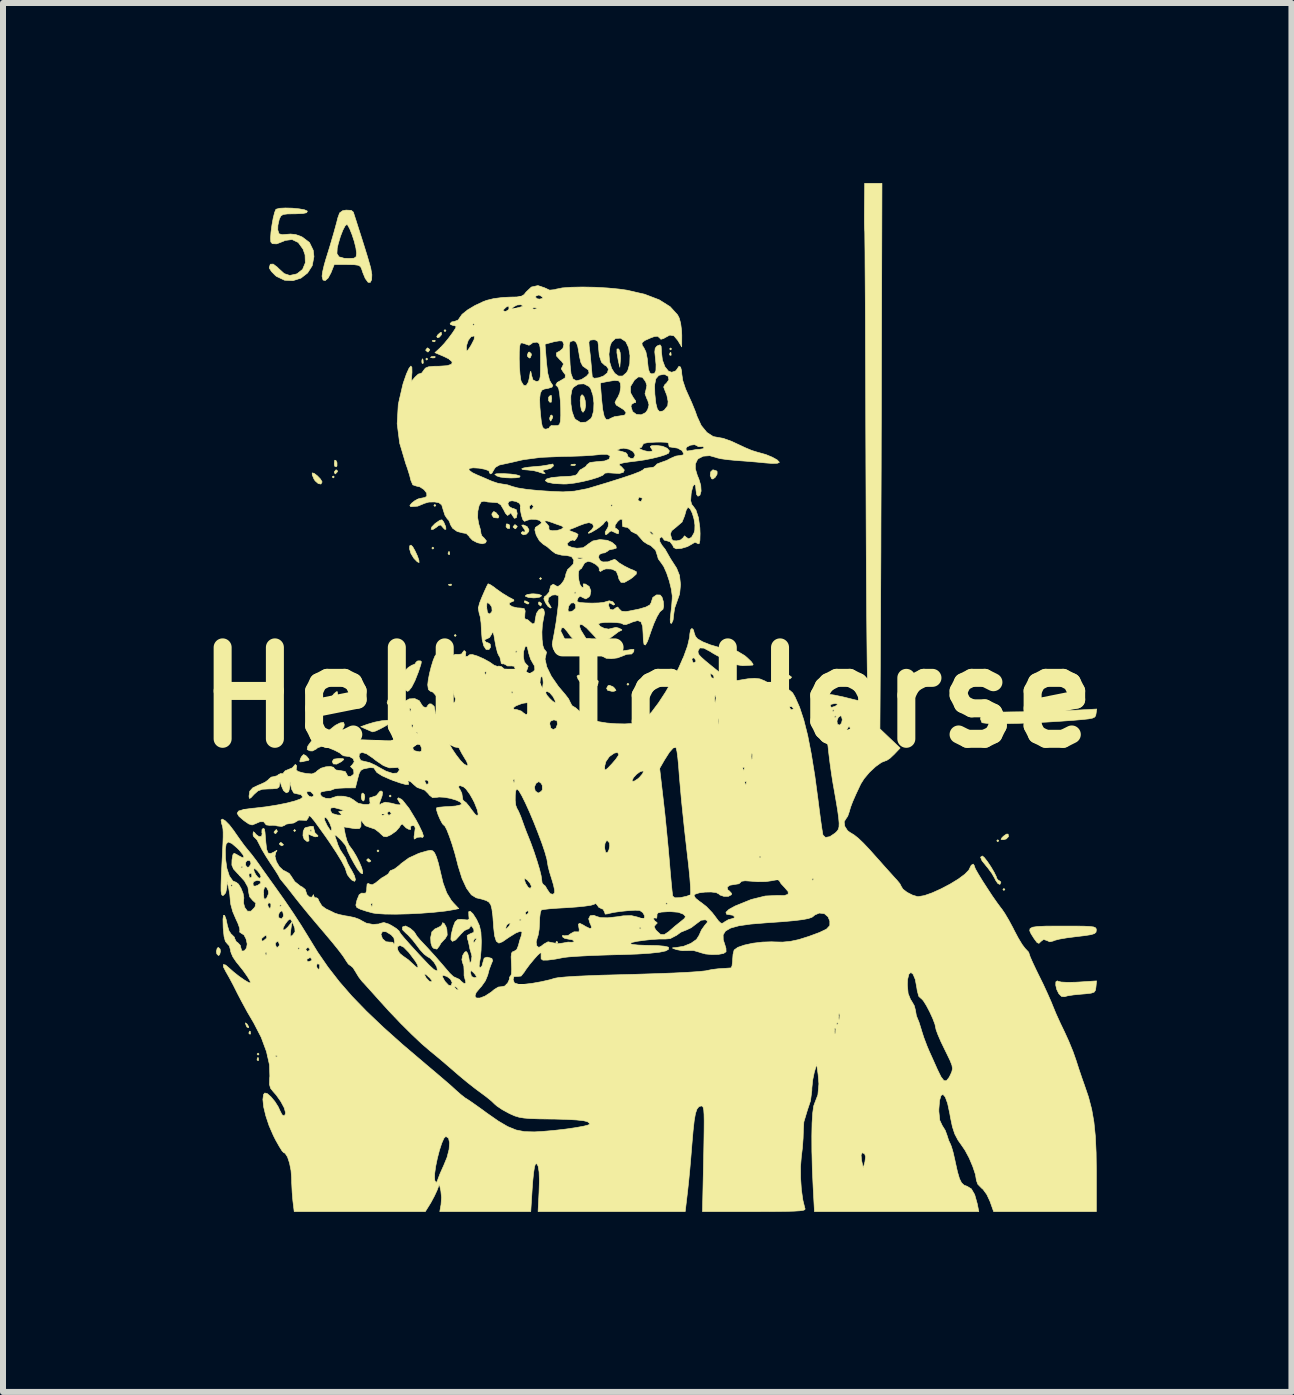
<source format=kicad_pcb>
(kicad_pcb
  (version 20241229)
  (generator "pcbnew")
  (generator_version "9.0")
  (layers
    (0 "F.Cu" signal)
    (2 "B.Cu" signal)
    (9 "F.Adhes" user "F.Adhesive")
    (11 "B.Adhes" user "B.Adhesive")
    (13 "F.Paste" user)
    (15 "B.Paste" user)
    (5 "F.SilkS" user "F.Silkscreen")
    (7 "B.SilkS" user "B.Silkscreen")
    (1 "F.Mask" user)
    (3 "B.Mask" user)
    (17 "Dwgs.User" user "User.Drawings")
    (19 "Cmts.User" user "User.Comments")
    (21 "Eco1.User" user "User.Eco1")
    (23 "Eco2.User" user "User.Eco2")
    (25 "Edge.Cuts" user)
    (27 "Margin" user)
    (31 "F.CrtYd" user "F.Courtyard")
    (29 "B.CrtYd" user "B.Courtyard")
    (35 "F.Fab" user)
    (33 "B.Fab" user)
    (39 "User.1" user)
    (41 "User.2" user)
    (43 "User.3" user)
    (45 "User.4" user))
  (footprint "HelloToHorse"
    (layer "F.Cu")
    (at 7.736 8.573)
    (property "Reference" "HelloToHorse" (at 0 0 0) (layer "F.SilkS") (effects (font (size 1.524 1.524) (thickness 0.3))))
    (attr through_hole)
    (fp_poly (pts (xy -6.469 5.944) (xy -6.485 5.961) (xy -6.502 5.944) (xy -6.485 5.927) (xy -6.469 5.944)) (stroke (width 0.01) (type solid)) (fill yes) (layer "F.SilkS"))
    (fp_poly (pts (xy -5.859 2.218) (xy -5.876 2.235) (xy -5.893 2.218) (xy -5.876 2.201) (xy -5.859 2.218)) (stroke (width 0.01) (type solid)) (fill yes) (layer "F.SilkS"))
    (fp_poly (pts (xy -5.215 -3.675) (xy -5.232 -3.658) (xy -5.249 -3.675) (xy -5.232 -3.691) (xy -5.215 -3.675)) (stroke (width 0.01) (type solid)) (fill yes) (layer "F.SilkS"))
    (fp_poly (pts (xy -4.47 2.557) (xy -4.487 2.574) (xy -4.504 2.557) (xy -4.487 2.54) (xy -4.47 2.557)) (stroke (width 0.01) (type solid)) (fill yes) (layer "F.SilkS"))
    (fp_poly (pts (xy -4.267 1.643) (xy -4.284 1.659) (xy -4.301 1.643) (xy -4.284 1.626) (xy -4.267 1.643)) (stroke (width 0.01) (type solid)) (fill yes) (layer "F.SilkS"))
    (fp_poly (pts (xy -3.658 -5.639) (xy -3.675 -5.622) (xy -3.691 -5.639) (xy -3.675 -5.656) (xy -3.658 -5.639)) (stroke (width 0.01) (type solid)) (fill yes) (layer "F.SilkS"))
    (fp_poly (pts (xy -3.556 -2.489) (xy -3.573 -2.472) (xy -3.59 -2.489) (xy -3.573 -2.506) (xy -3.556 -2.489)) (stroke (width 0.01) (type solid)) (fill yes) (layer "F.SilkS"))
    (fp_poly (pts (xy -3.522 -3.2) (xy -3.539 -3.183) (xy -3.556 -3.2) (xy -3.539 -3.217) (xy -3.522 -3.2)) (stroke (width 0.01) (type solid)) (fill yes) (layer "F.SilkS"))
    (fp_poly (pts (xy -3.353 -6.113) (xy -3.37 -6.096) (xy -3.387 -6.113) (xy -3.37 -6.13) (xy -3.353 -6.113)) (stroke (width 0.01) (type solid)) (fill yes) (layer "F.SilkS"))
    (fp_poly (pts (xy -3.183 -1.033) (xy -3.2 -1.016) (xy -3.217 -1.033) (xy -3.2 -1.05) (xy -3.183 -1.033)) (stroke (width 0.01) (type solid)) (fill yes) (layer "F.SilkS"))
    (fp_poly (pts (xy -1.761 -1.981) (xy -1.778 -1.964) (xy -1.795 -1.981) (xy -1.778 -1.998) (xy -1.761 -1.981)) (stroke (width 0.01) (type solid)) (fill yes) (layer "F.SilkS"))
    (fp_poly (pts (xy -1.49 4.081) (xy -1.507 4.098) (xy -1.524 4.081) (xy -1.507 4.064) (xy -1.49 4.081)) (stroke (width 0.01) (type solid)) (fill yes) (layer "F.SilkS"))
    (fp_poly (pts (xy -0.305 -0.22) (xy -0.322 -0.203) (xy -0.339 -0.22) (xy -0.322 -0.237) (xy -0.305 -0.22)) (stroke (width 0.01) (type solid)) (fill yes) (layer "F.SilkS"))
    (fp_poly (pts (xy 0.406 -5.808) (xy 0.389 -5.791) (xy 0.373 -5.808) (xy 0.389 -5.825) (xy 0.406 -5.808)) (stroke (width 0.01) (type solid)) (fill yes) (layer "F.SilkS"))
    (fp_poly (pts (xy 5.859 2.388) (xy 5.842 2.405) (xy 5.825 2.388) (xy 5.842 2.371) (xy 5.859 2.388)) (stroke (width 0.01) (type solid)) (fill yes) (layer "F.SilkS"))
    (fp_poly (pts (xy 5.961 3.2) (xy 5.944 3.217) (xy 5.927 3.2) (xy 5.944 3.183) (xy 5.961 3.2)) (stroke (width 0.01) (type solid)) (fill yes) (layer "F.SilkS"))
    (fp_poly (pts (xy -6.615 5.565) (xy -6.611 5.606) (xy -6.615 5.611) (xy -6.635 5.606) (xy -6.638 5.588) (xy -6.625 5.56) (xy -6.615 5.565)) (stroke (width 0.01) (type solid)) (fill yes) (layer "F.SilkS"))
    (fp_poly (pts (xy -6.48 6.006) (xy -6.476 6.046) (xy -6.48 6.051) (xy -6.5 6.046) (xy -6.502 6.028) (xy -6.49 6) (xy -6.48 6.006)) (stroke (width 0.01) (type solid)) (fill yes) (layer "F.SilkS"))
    (fp_poly (pts (xy -3.736 -5.628) (xy -3.732 -5.575) (xy -3.739 -5.563) (xy -3.754 -5.573) (xy -3.757 -5.608) (xy -3.748 -5.644) (xy -3.736 -5.628)) (stroke (width 0.01) (type solid)) (fill yes) (layer "F.SilkS"))
    (fp_poly (pts (xy -3.533 -5.949) (xy -3.538 -5.929) (xy -3.556 -5.927) (xy -3.584 -5.939) (xy -3.579 -5.949) (xy -3.538 -5.953) (xy -3.533 -5.949)) (stroke (width 0.01) (type solid)) (fill yes) (layer "F.SilkS"))
    (fp_poly (pts (xy -3.531 -5.676) (xy -3.541 -5.661) (xy -3.576 -5.658) (xy -3.612 -5.667) (xy -3.596 -5.679) (xy -3.543 -5.683) (xy -3.531 -5.676)) (stroke (width 0.01) (type solid)) (fill yes) (layer "F.SilkS"))
    (fp_poly (pts (xy -3.296 -2.427) (xy -3.292 -2.387) (xy -3.296 -2.382) (xy -3.316 -2.387) (xy -3.319 -2.405) (xy -3.307 -2.432) (xy -3.296 -2.427)) (stroke (width 0.01) (type solid)) (fill yes) (layer "F.SilkS"))
    (fp_poly (pts (xy -3.262 -1.885) (xy -3.267 -1.865) (xy -3.285 -1.863) (xy -3.313 -1.875) (xy -3.308 -1.885) (xy -3.267 -1.889) (xy -3.262 -1.885)) (stroke (width 0.01) (type solid)) (fill yes) (layer "F.SilkS"))
    (fp_poly (pts (xy -1.195 -3.881) (xy -1.205 -3.866) (xy -1.239 -3.863) (xy -1.275 -3.872) (xy -1.259 -3.884) (xy -1.206 -3.888) (xy -1.195 -3.881)) (stroke (width 0.01) (type solid)) (fill yes) (layer "F.SilkS"))
    (fp_poly (pts (xy 0.395 -5.746) (xy 0.399 -5.706) (xy 0.395 -5.701) (xy 0.375 -5.706) (xy 0.373 -5.723) (xy 0.385 -5.751) (xy 0.395 -5.746)) (stroke (width 0.01) (type solid)) (fill yes) (layer "F.SilkS"))
    (fp_poly (pts (xy -6.672 5.439) (xy -6.668 5.444) (xy -6.641 5.488) (xy -6.644 5.504) (xy -6.67 5.494) (xy -6.686 5.462) (xy -6.697 5.423) (xy -6.672 5.439)) (stroke (width 0.01) (type solid)) (fill yes) (layer "F.SilkS"))
    (fp_poly (pts (xy -5.188 -3.95) (xy -5.17 -3.913) (xy -5.17 -3.858) (xy -5.183 -3.843) (xy -5.209 -3.854) (xy -5.215 -3.893) (xy -5.208 -3.954) (xy -5.188 -3.95)) (stroke (width 0.01) (type solid)) (fill yes) (layer "F.SilkS"))
    (fp_poly (pts (xy -3.429 -6.045) (xy -3.463 -6.005) (xy -3.494 -5.994) (xy -3.508 -6.014) (xy -3.488 -6.046) (xy -3.446 -6.082) (xy -3.429 -6.082) (xy -3.429 -6.045)) (stroke (width 0.01) (type solid)) (fill yes) (layer "F.SilkS"))
    (fp_poly (pts (xy -2.305 -2.884) (xy -2.291 -2.862) (xy -2.292 -2.818) (xy -2.325 -2.816) (xy -2.352 -2.842) (xy -2.349 -2.886) (xy -2.341 -2.893) (xy -2.305 -2.884)) (stroke (width 0.01) (type solid)) (fill yes) (layer "F.SilkS"))
    (fp_poly (pts (xy -2.017 -1.605) (xy -1.969 -1.577) (xy -1.977 -1.56) (xy -1.996 -1.558) (xy -2.042 -1.582) (xy -2.049 -1.591) (xy -2.043 -1.611) (xy -2.017 -1.605)) (stroke (width 0.01) (type solid)) (fill yes) (layer "F.SilkS"))
    (fp_poly (pts (xy -7.118 4.194) (xy -7.112 4.233) (xy -7.126 4.288) (xy -7.146 4.301) (xy -7.173 4.273) (xy -7.18 4.233) (xy -7.166 4.178) (xy -7.146 4.166) (xy -7.118 4.194)) (stroke (width 0.01) (type solid)) (fill yes) (layer "F.SilkS"))
    (fp_poly (pts (xy -6.164 2.228) (xy -6.164 2.235) (xy -6.19 2.268) (xy -6.2 2.269) (xy -6.22 2.248) (xy -6.215 2.235) (xy -6.184 2.203) (xy -6.179 2.201) (xy -6.164 2.228)) (stroke (width 0.01) (type solid)) (fill yes) (layer "F.SilkS"))
    (fp_poly (pts (xy -6.096 2.421) (xy -6.064 2.452) (xy -6.062 2.457) (xy -6.088 2.472) (xy -6.096 2.472) (xy -6.129 2.446) (xy -6.13 2.436) (xy -6.109 2.416) (xy -6.096 2.421)) (stroke (width 0.01) (type solid)) (fill yes) (layer "F.SilkS"))
    (fp_poly (pts (xy -5.159 -3.772) (xy -5.165 -3.759) (xy -5.195 -3.727) (xy -5.201 -3.725) (xy -5.215 -3.752) (xy -5.215 -3.759) (xy -5.189 -3.792) (xy -5.18 -3.793) (xy -5.159 -3.772)) (stroke (width 0.01) (type solid)) (fill yes) (layer "F.SilkS"))
    (fp_poly (pts (xy -4.856 -0.148) (xy -4.843 -0.119) (xy -4.868 -0.076) (xy -4.922 -0.07) (xy -4.956 -0.09) (xy -4.978 -0.139) (xy -4.939 -0.167) (xy -4.911 -0.169) (xy -4.856 -0.148)) (stroke (width 0.01) (type solid)) (fill yes) (layer "F.SilkS"))
    (fp_poly (pts (xy -4.713 1.62) (xy -4.707 1.659) (xy -4.719 1.715) (xy -4.734 1.727) (xy -4.758 1.699) (xy -4.766 1.659) (xy -4.757 1.605) (xy -4.739 1.592) (xy -4.713 1.62)) (stroke (width 0.01) (type solid)) (fill yes) (layer "F.SilkS"))
    (fp_poly (pts (xy -4.64 2.692) (xy -4.607 2.723) (xy -4.606 2.728) (xy -4.632 2.743) (xy -4.64 2.743) (xy -4.672 2.717) (xy -4.674 2.707) (xy -4.653 2.687) (xy -4.64 2.692)) (stroke (width 0.01) (type solid)) (fill yes) (layer "F.SilkS"))
    (fp_poly (pts (xy -4.268 0.061) (xy -4.255 0.085) (xy -4.26 0.128) (xy -4.285 0.135) (xy -4.329 0.108) (xy -4.335 0.085) (xy -4.319 0.04) (xy -4.305 0.034) (xy -4.268 0.061)) (stroke (width 0.01) (type solid)) (fill yes) (layer "F.SilkS"))
    (fp_poly (pts (xy -3.625 -5.799) (xy -3.624 -5.791) (xy -3.65 -5.758) (xy -3.658 -5.757) (xy -3.69 -5.783) (xy -3.691 -5.791) (xy -3.666 -5.824) (xy -3.658 -5.825) (xy -3.625 -5.799)) (stroke (width 0.01) (type solid)) (fill yes) (layer "F.SilkS"))
    (fp_poly (pts (xy -2.519 -3.079) (xy -2.472 -3.022) (xy -2.484 -2.99) (xy -2.547 -2.996) (xy -2.563 -3.002) (xy -2.589 -3.042) (xy -2.585 -3.068) (xy -2.557 -3.099) (xy -2.519 -3.079)) (stroke (width 0.01) (type solid)) (fill yes) (layer "F.SilkS"))
    (fp_poly (pts (xy -2.168 -2.853) (xy -2.167 -2.845) (xy -2.193 -2.812) (xy -2.201 -2.811) (xy -2.234 -2.837) (xy -2.235 -2.845) (xy -2.209 -2.878) (xy -2.201 -2.879) (xy -2.168 -2.853)) (stroke (width 0.01) (type solid)) (fill yes) (layer "F.SilkS"))
    (fp_poly (pts (xy -1.934 -5.73) (xy -1.93 -5.707) (xy -1.949 -5.661) (xy -1.964 -5.656) (xy -1.994 -5.683) (xy -1.998 -5.707) (xy -1.98 -5.752) (xy -1.964 -5.757) (xy -1.934 -5.73)) (stroke (width 0.01) (type solid)) (fill yes) (layer "F.SilkS"))
    (fp_poly (pts (xy -1.762 -1.567) (xy -1.761 -1.558) (xy -1.773 -1.525) (xy -1.776 -1.524) (xy -1.805 -1.548) (xy -1.812 -1.558) (xy -1.809 -1.589) (xy -1.797 -1.592) (xy -1.762 -1.567)) (stroke (width 0.01) (type solid)) (fill yes) (layer "F.SilkS"))
    (fp_poly (pts (xy -1.592 -4.987) (xy -1.592 -4.985) (xy -1.6 -4.92) (xy -1.625 -4.921) (xy -1.644 -4.947) (xy -1.644 -5) (xy -1.629 -5.022) (xy -1.6 -5.035) (xy -1.592 -4.987)) (stroke (width 0.01) (type solid)) (fill yes) (layer "F.SilkS"))
    (fp_poly (pts (xy -1.574 -4.683) (xy -1.579 -4.657) (xy -1.604 -4.612) (xy -1.612 -4.606) (xy -1.624 -4.634) (xy -1.626 -4.657) (xy -1.608 -4.702) (xy -1.593 -4.707) (xy -1.574 -4.683)) (stroke (width 0.01) (type solid)) (fill yes) (layer "F.SilkS"))
    (fp_poly (pts (xy -1.287 -0.787) (xy -1.287 -0.786) (xy -1.295 -0.721) (xy -1.32 -0.722) (xy -1.34 -0.748) (xy -1.34 -0.801) (xy -1.325 -0.823) (xy -1.296 -0.835) (xy -1.287 -0.787)) (stroke (width 0.01) (type solid)) (fill yes) (layer "F.SilkS"))
    (fp_poly (pts (xy -1.078 -0.35) (xy -1.059 -0.301) (xy -1.077 -0.264) (xy -1.116 -0.258) (xy -1.15 -0.301) (xy -1.171 -0.355) (xy -1.148 -0.372) (xy -1.138 -0.373) (xy -1.078 -0.35)) (stroke (width 0.01) (type solid)) (fill yes) (layer "F.SilkS"))
    (fp_poly (pts (xy 6.014 2.277) (xy 6.021 2.319) (xy 5.983 2.358) (xy 5.934 2.371) (xy 5.897 2.366) (xy 5.91 2.34) (xy 5.936 2.313) (xy 5.987 2.277) (xy 6.014 2.277)) (stroke (width 0.01) (type solid)) (fill yes) (layer "F.SilkS"))
    (fp_poly (pts (xy -5.158 -0.05) (xy -5.188 0.009) (xy -5.235 0.047) (xy -5.277 0.051) (xy -5.282 0.041) (xy -5.263 -0.005) (xy -5.223 -0.058) (xy -5.182 -0.094) (xy -5.164 -0.096) (xy -5.158 -0.05)) (stroke (width 0.01) (type solid)) (fill yes) (layer "F.SilkS"))
    (fp_poly (pts (xy -5.068 1.02) (xy -5.056 1.034) (xy -5.095 1.068) (xy -5.095 1.068) (xy -5.175 1.111) (xy -5.231 1.108) (xy -5.249 1.067) (xy -5.222 1.028) (xy -5.139 1.017) (xy -5.068 1.02)) (stroke (width 0.01) (type solid)) (fill yes) (layer "F.SilkS"))
    (fp_poly (pts (xy -0.571 -0.179) (xy -0.542 -0.152) (xy -0.521 -0.116) (xy -0.553 -0.103) (xy -0.589 -0.102) (xy -0.66 -0.119) (xy -0.677 -0.152) (xy -0.652 -0.197) (xy -0.631 -0.203) (xy -0.571 -0.179)) (stroke (width 0.01) (type solid)) (fill yes) (layer "F.SilkS"))
    (fp_poly (pts (xy -0.472 -5.802) (xy -0.451 -5.747) (xy -0.445 -5.657) (xy -0.446 -5.635) (xy -0.457 -5.503) (xy -0.483 -5.618) (xy -0.505 -5.744) (xy -0.504 -5.807) (xy -0.479 -5.809) (xy -0.472 -5.802)) (stroke (width 0.01) (type solid)) (fill yes) (layer "F.SilkS"))
    (fp_poly (pts (xy 1.154 -3.776) (xy 1.165 -3.764) (xy 1.164 -3.72) (xy 1.134 -3.67) (xy 1.095 -3.64) (xy 1.074 -3.644) (xy 1.05 -3.7) (xy 1.058 -3.76) (xy 1.093 -3.793) (xy 1.099 -3.793) (xy 1.154 -3.776)) (stroke (width 0.01) (type solid)) (fill yes) (layer "F.SilkS"))
    (fp_poly (pts (xy -5.689 0.969) (xy -5.667 0.991) (xy -5.635 1.034) (xy -5.646 1.05) (xy -5.71 1.061) (xy -5.738 1.07) (xy -5.783 1.074) (xy -5.791 1.062) (xy -5.774 1.011) (xy -5.758 0.982) (xy -5.727 0.951) (xy -5.689 0.969)) (stroke (width 0.01) (type solid)) (fill yes) (layer "F.SilkS"))
    (fp_poly (pts (xy -5.55 -3.734) (xy -5.497 -3.693) (xy -5.446 -3.64) (xy -5.419 -3.594) (xy -5.419 -3.589) (xy -5.438 -3.556) (xy -5.483 -3.565) (xy -5.534 -3.61) (xy -5.554 -3.641) (xy -5.582 -3.707) (xy -5.583 -3.742) (xy -5.55 -3.734)) (stroke (width 0.01) (type solid)) (fill yes) (layer "F.SilkS"))
    (fp_poly (pts (xy 2.224 -0.427) (xy 2.252 -0.418) (xy 2.341 -0.382) (xy 2.396 -0.348) (xy 2.405 -0.335) (xy 2.378 -0.308) (xy 2.298 -0.322) (xy 2.21 -0.355) (xy 2.124 -0.402) (xy 2.101 -0.434) (xy 2.136 -0.445) (xy 2.224 -0.427)) (stroke (width 0.01) (type solid)) (fill yes) (layer "F.SilkS"))
    (fp_poly (pts (xy -1.812 -1.72) (xy -1.765 -1.701) (xy -1.761 -1.693) (xy -1.791 -1.672) (xy -1.866 -1.66) (xy -1.897 -1.659) (xy -1.981 -1.667) (xy -2.029 -1.686) (xy -2.032 -1.693) (xy -2.002 -1.715) (xy -1.927 -1.726) (xy -1.897 -1.727) (xy -1.812 -1.72)) (stroke (width 0.01) (type solid)) (fill yes) (layer "F.SilkS"))
    (fp_poly (pts (xy -1.056 -5.017) (xy -1.034 -4.947) (xy -1.027 -4.865) (xy -1.039 -4.796) (xy -1.042 -4.79) (xy -1.07 -4.752) (xy -1.089 -4.775) (xy -1.096 -4.791) (xy -1.113 -4.869) (xy -1.117 -4.954) (xy -1.106 -5.022) (xy -1.086 -5.046) (xy -1.056 -5.017)) (stroke (width 0.01) (type solid)) (fill yes) (layer "F.SilkS"))
    (fp_poly (pts (xy -0.95 -0.324) (xy -0.926 -0.318) (xy -0.846 -0.297) (xy -0.816 -0.273) (xy -0.821 -0.23) (xy -0.829 -0.206) (xy -0.869 -0.147) (xy -0.921 -0.143) (xy -0.961 -0.195) (xy -0.991 -0.27) (xy -1.002 -0.298) (xy -1.001 -0.326) (xy -0.95 -0.324)) (stroke (width 0.01) (type solid)) (fill yes) (layer "F.SilkS"))
    (fp_poly (pts (xy -3.908 -2.511) (xy -3.87 -2.444) (xy -3.831 -2.361) (xy -3.805 -2.288) (xy -3.802 -2.249) (xy -3.802 -2.248) (xy -3.832 -2.261) (xy -3.882 -2.312) (xy -3.891 -2.323) (xy -3.938 -2.4) (xy -3.961 -2.476) (xy -3.958 -2.528) (xy -3.937 -2.539) (xy -3.908 -2.511)) (stroke (width 0.01) (type solid)) (fill yes) (layer "F.SilkS"))
    (fp_poly (pts (xy -4.275 0.389) (xy -4.267 0.401) (xy -4.294 0.43) (xy -4.361 0.475) (xy -4.445 0.521) (xy -4.524 0.559) (xy -4.575 0.573) (xy -4.579 0.573) (xy -4.613 0.559) (xy -4.682 0.529) (xy -4.775 0.488) (xy -4.665 0.448) (xy -4.543 0.412) (xy -4.427 0.389) (xy -4.332 0.38) (xy -4.275 0.389)) (stroke (width 0.01) (type solid)) (fill yes) (layer "F.SilkS"))
    (fp_poly (pts (xy -2.274 -3.723) (xy -2.176 -3.709) (xy -2.12 -3.691) (xy -2.118 -3.689) (xy -2.127 -3.671) (xy -2.184 -3.661) (xy -2.269 -3.658) (xy -2.364 -3.662) (xy -2.449 -3.673) (xy -2.505 -3.691) (xy -2.506 -3.691) (xy -2.54 -3.718) (xy -2.514 -3.727) (xy -2.506 -3.728) (xy -2.392 -3.73) (xy -2.274 -3.723)) (stroke (width 0.01) (type solid)) (fill yes) (layer "F.SilkS"))
    (fp_poly (pts (xy -3.395 -2.928) (xy -3.388 -2.915) (xy -3.358 -2.844) (xy -3.355 -2.802) (xy -3.377 -2.803) (xy -3.401 -2.829) (xy -3.439 -2.873) (xy -3.474 -2.868) (xy -3.516 -2.834) (xy -3.571 -2.799) (xy -3.602 -2.803) (xy -3.59 -2.841) (xy -3.537 -2.896) (xy -3.522 -2.907) (xy -3.455 -2.953) (xy -3.421 -2.96) (xy -3.395 -2.928)) (stroke (width 0.01) (type solid)) (fill yes) (layer "F.SilkS"))
    (fp_poly (pts (xy -2.004 -2.849) (xy -2.002 -2.848) (xy -1.971 -2.795) (xy -1.975 -2.764) (xy -2.013 -2.722) (xy -2.063 -2.71) (xy -2.097 -2.731) (xy -2.1 -2.745) (xy -2.079 -2.765) (xy -2.066 -2.76) (xy -2.036 -2.756) (xy -2.038 -2.789) (xy -2.072 -2.838) (xy -2.073 -2.838) (xy -2.091 -2.871) (xy -2.062 -2.875) (xy -2.004 -2.849)) (stroke (width 0.01) (type solid)) (fill yes) (layer "F.SilkS"))
    (fp_poly (pts (xy -3.382 3.769) (xy -3.353 3.821) (xy -3.339 3.869) (xy -3.333 3.961) (xy -3.368 4.021) (xy -3.379 4.03) (xy -3.439 4.096) (xy -3.463 4.14) (xy -3.505 4.194) (xy -3.558 4.182) (xy -3.583 4.157) (xy -3.604 4.096) (xy -3.609 4.005) (xy -3.608 3.996) (xy -3.589 3.906) (xy -3.538 3.858) (xy -3.51 3.846) (xy -3.445 3.814) (xy -3.421 3.787) (xy -3.409 3.753) (xy -3.382 3.769)) (stroke (width 0.01) (type solid)) (fill yes) (layer "F.SilkS"))
    (fp_poly (pts (xy 5.617 2.668) (xy 5.669 2.735) (xy 5.728 2.823) (xy 5.781 2.913) (xy 5.817 2.986) (xy 5.825 3.015) (xy 5.851 3.047) (xy 5.859 3.048) (xy 5.892 3.074) (xy 5.893 3.082) (xy 5.878 3.116) (xy 5.844 3.101) (xy 5.805 3.044) (xy 5.794 3.02) (xy 5.744 2.932) (xy 5.672 2.835) (xy 5.654 2.814) (xy 5.579 2.721) (xy 5.555 2.662) (xy 5.584 2.642) (xy 5.585 2.642) (xy 5.617 2.668)) (stroke (width 0.01) (type solid)) (fill yes) (layer "F.SilkS"))
    (fp_poly (pts (xy -3.778 -0.609) (xy -3.764 -0.597) (xy -3.77 -0.558) (xy -3.796 -0.477) (xy -3.815 -0.421) (xy -3.87 -0.281) (xy -3.925 -0.173) (xy -3.974 -0.111) (xy -3.996 -0.102) (xy -4.032 -0.127) (xy -4.077 -0.185) (xy -4.117 -0.259) (xy -4.132 -0.31) (xy -4.108 -0.365) (xy -4.05 -0.436) (xy -3.98 -0.501) (xy -3.919 -0.539) (xy -3.905 -0.542) (xy -3.864 -0.562) (xy -3.861 -0.576) (xy -3.833 -0.606) (xy -3.81 -0.61) (xy -3.778 -0.609)) (stroke (width 0.01) (type solid)) (fill yes) (layer "F.SilkS"))
    (fp_poly (pts (xy 6.85 4.731) (xy 6.901 4.743) (xy 7.001 4.748) (xy 7.133 4.746) (xy 7.19 4.743) (xy 7.488 4.724) (xy 7.478 4.826) (xy 7.47 4.879) (xy 7.448 4.911) (xy 7.398 4.928) (xy 7.304 4.939) (xy 7.231 4.945) (xy 7.106 4.957) (xy 7.007 4.972) (xy 6.954 4.987) (xy 6.953 4.987) (xy 6.905 4.983) (xy 6.86 4.938) (xy 6.825 4.867) (xy 6.808 4.795) (xy 6.81 4.74) (xy 6.834 4.723) (xy 6.85 4.731)) (stroke (width 0.01) (type solid)) (fill yes) (layer "F.SilkS"))
    (fp_poly (pts (xy -1.563 -3.864) (xy -1.564 -3.857) (xy -1.606 -3.819) (xy -1.676 -3.799) (xy -1.737 -3.786) (xy -1.737 -3.766) (xy -1.725 -3.757) (xy -1.7 -3.733) (xy -1.725 -3.731) (xy -1.787 -3.749) (xy -1.812 -3.759) (xy -1.893 -3.78) (xy -1.995 -3.791) (xy -1.995 -3.791) (xy -2.073 -3.797) (xy -2.092 -3.81) (xy -2.057 -3.825) (xy -1.975 -3.838) (xy -1.889 -3.846) (xy -1.77 -3.856) (xy -1.667 -3.872) (xy -1.63 -3.88) (xy -1.572 -3.89) (xy -1.563 -3.864)) (stroke (width 0.01) (type solid)) (fill yes) (layer "F.SilkS"))
    (fp_poly (pts (xy -5.564 2.15) (xy -5.554 2.195) (xy -5.536 2.258) (xy -5.512 2.279) (xy -5.486 2.306) (xy -5.492 2.318) (xy -5.535 2.323) (xy -5.588 2.303) (xy -5.641 2.28) (xy -5.649 2.301) (xy -5.64 2.334) (xy -5.637 2.392) (xy -5.67 2.4) (xy -5.718 2.36) (xy -5.737 2.304) (xy -5.733 2.233) (xy -5.726 2.218) (xy -5.622 2.218) (xy -5.605 2.235) (xy -5.588 2.218) (xy -5.605 2.201) (xy -5.622 2.218) (xy -5.726 2.218) (xy -5.71 2.179) (xy -5.688 2.167) (xy -5.636 2.156) (xy -5.608 2.147) (xy -5.564 2.15)) (stroke (width 0.01) (type solid)) (fill yes) (layer "F.SilkS"))
    (fp_poly (pts (xy 7.479 0.274) (xy 7.473 0.304) (xy 7.457 0.327) (xy 7.422 0.344) (xy 7.358 0.357) (xy 7.256 0.368) (xy 7.105 0.381) (xy 6.909 0.395) (xy 6.652 0.411) (xy 6.403 0.423) (xy 6.17 0.432) (xy 5.963 0.436) (xy 5.791 0.436) (xy 5.663 0.432) (xy 5.59 0.423) (xy 5.577 0.418) (xy 5.554 0.359) (xy 5.568 0.293) (xy 5.6 0.261) (xy 5.648 0.255) (xy 5.751 0.249) (xy 5.896 0.244) (xy 6.07 0.241) (xy 6.167 0.24) (xy 6.392 0.238) (xy 6.635 0.232) (xy 6.868 0.225) (xy 7.064 0.217) (xy 7.09 0.215) (xy 7.491 0.193) (xy 7.479 0.274)) (stroke (width 0.01) (type solid)) (fill yes) (layer "F.SilkS"))
    (fp_poly (pts (xy 7.132 3.81) (xy 7.28 3.812) (xy 7.379 3.817) (xy 7.44 3.825) (xy 7.471 3.839) (xy 7.483 3.858) (xy 7.484 3.879) (xy 7.479 3.912) (xy 7.453 3.935) (xy 7.396 3.953) (xy 7.294 3.969) (xy 7.142 3.987) (xy 6.994 4.006) (xy 6.871 4.027) (xy 6.789 4.048) (xy 6.765 4.059) (xy 6.708 4.072) (xy 6.665 4.053) (xy 6.606 4.032) (xy 6.562 4.065) (xy 6.558 4.069) (xy 6.528 4.098) (xy 6.497 4.085) (xy 6.449 4.021) (xy 6.442 4.01) (xy 6.397 3.939) (xy 6.374 3.888) (xy 6.38 3.852) (xy 6.422 3.829) (xy 6.507 3.817) (xy 6.643 3.811) (xy 6.836 3.81) (xy 6.926 3.81) (xy 7.132 3.81)) (stroke (width 0.01) (type solid)) (fill yes) (layer "F.SilkS"))
    (fp_poly (pts (xy -4.932 -8.117) (xy -4.897 -8.088) (xy -4.882 -8.039) (xy -4.85 -7.941) (xy -4.808 -7.808) (xy -4.764 -7.671) (xy -4.712 -7.506) (xy -4.664 -7.351) (xy -4.627 -7.224) (xy -4.608 -7.158) (xy -4.589 -7.045) (xy -4.593 -6.961) (xy -4.616 -6.916) (xy -4.652 -6.919) (xy -4.697 -6.98) (xy -4.7 -6.985) (xy -4.739 -7.079) (xy -4.758 -7.137) (xy -4.777 -7.179) (xy -4.813 -7.202) (xy -4.885 -7.212) (xy -4.998 -7.214) (xy -5.216 -7.214) (xy -5.27 -7.078) (xy -5.318 -6.989) (xy -5.366 -6.947) (xy -5.403 -6.956) (xy -5.419 -7.019) (xy -5.419 -7.022) (xy -5.409 -7.096) (xy -5.383 -7.207) (xy -5.356 -7.301) (xy -5.326 -7.397) (xy -5.171 -7.397) (xy -5.136 -7.343) (xy -5.051 -7.319) (xy -4.97 -7.316) (xy -4.887 -7.32) (xy -4.851 -7.345) (xy -4.844 -7.403) (xy -4.844 -7.408) (xy -4.855 -7.491) (xy -4.882 -7.6) (xy -4.919 -7.713) (xy -4.958 -7.81) (xy -4.992 -7.872) (xy -5.005 -7.883) (xy -5.034 -7.86) (xy -5.072 -7.788) (xy -5.113 -7.683) (xy -5.149 -7.561) (xy -5.166 -7.489) (xy -5.171 -7.397) (xy -5.326 -7.397) (xy -5.286 -7.527) (xy -5.224 -7.739) (xy -5.175 -7.917) (xy -5.156 -7.993) (xy -5.126 -8.075) (xy -5.077 -8.111) (xy -5.019 -8.122) (xy -4.932 -8.117)) (stroke (width 0.01) (type solid)) (fill yes) (layer "F.SilkS"))
    (fp_poly (pts (xy -3.574 2.557) (xy -3.546 2.587) (xy -3.543 2.591) (xy -3.514 2.655) (xy -3.481 2.761) (xy -3.454 2.875) (xy -3.402 3.093) (xy -3.341 3.258) (xy -3.265 3.383) (xy -3.227 3.427) (xy -3.14 3.519) (xy -3.221 3.536) (xy -3.368 3.56) (xy -3.555 3.58) (xy -3.765 3.596) (xy -3.981 3.607) (xy -4.189 3.612) (xy -4.372 3.61) (xy -4.513 3.601) (xy -4.572 3.592) (xy -4.682 3.562) (xy -4.781 3.529) (xy -4.839 3.5) (xy -4.856 3.461) (xy -4.854 3.454) (xy -4.606 3.454) (xy -4.593 3.482) (xy -4.583 3.477) (xy -4.579 3.437) (xy -4.583 3.432) (xy -4.603 3.436) (xy -4.606 3.454) (xy -4.854 3.454) (xy -4.84 3.389) (xy -4.834 3.369) (xy -4.8 3.287) (xy -4.759 3.26) (xy -4.735 3.263) (xy -4.691 3.261) (xy -4.675 3.214) (xy -4.674 3.176) (xy -4.668 3.109) (xy -4.646 3.099) (xy -4.629 3.11) (xy -4.583 3.123) (xy -4.52 3.086) (xy -4.502 3.07) (xy -4.426 3.009) (xy -4.36 2.971) (xy -4.31 2.936) (xy -4.301 2.914) (xy -4.274 2.881) (xy -4.258 2.879) (xy -4.209 2.857) (xy -4.136 2.801) (xy -4.097 2.765) (xy -3.973 2.675) (xy -3.817 2.603) (xy -3.784 2.591) (xy -3.674 2.559) (xy -3.611 2.547) (xy -3.574 2.557)) (stroke (width 0.01) (type solid)) (fill yes) (layer "F.SilkS"))
    (fp_poly (pts (xy -5.915 -8.154) (xy -5.802 -8.143) (xy -5.712 -8.127) (xy -5.666 -8.106) (xy -5.664 -8.103) (xy -5.676 -8.078) (xy -5.738 -8.065) (xy -5.858 -8.06) (xy -5.874 -8.06) (xy -5.995 -8.058) (xy -6.066 -8.049) (xy -6.104 -8.025) (xy -6.128 -7.98) (xy -6.132 -7.969) (xy -6.155 -7.868) (xy -6.157 -7.791) (xy -6.136 -7.727) (xy -6.082 -7.712) (xy -6.062 -7.714) (xy -5.943 -7.723) (xy -5.858 -7.714) (xy -5.773 -7.684) (xy -5.746 -7.671) (xy -5.629 -7.582) (xy -5.566 -7.452) (xy -5.554 -7.346) (xy -5.583 -7.195) (xy -5.66 -7.074) (xy -5.771 -6.988) (xy -5.904 -6.946) (xy -6.044 -6.953) (xy -6.177 -7.016) (xy -6.195 -7.03) (xy -6.261 -7.097) (xy -6.297 -7.153) (xy -6.299 -7.164) (xy -6.281 -7.22) (xy -6.233 -7.222) (xy -6.163 -7.169) (xy -6.145 -7.15) (xy -6.049 -7.063) (xy -5.957 -7.033) (xy -5.85 -7.056) (xy -5.832 -7.063) (xy -5.743 -7.134) (xy -5.698 -7.243) (xy -5.702 -7.375) (xy -5.736 -7.472) (xy -5.816 -7.582) (xy -5.918 -7.631) (xy -6.034 -7.616) (xy -6.062 -7.603) (xy -6.175 -7.559) (xy -6.248 -7.562) (xy -6.273 -7.591) (xy -6.277 -7.653) (xy -6.27 -7.754) (xy -6.254 -7.873) (xy -6.233 -7.99) (xy -6.209 -8.084) (xy -6.188 -8.134) (xy -6.185 -8.136) (xy -6.127 -8.152) (xy -6.03 -8.157) (xy -5.915 -8.154)) (stroke (width 0.01) (type solid)) (fill yes) (layer "F.SilkS"))
    (fp_poly (pts (xy -1.708 -6.826) (xy -1.707 -6.825) (xy -1.627 -6.788) (xy -1.544 -6.796) (xy -1.516 -6.805) (xy -1.416 -6.825) (xy -1.265 -6.836) (xy -1.078 -6.84) (xy -0.872 -6.836) (xy -0.661 -6.824) (xy -0.463 -6.805) (xy -0.336 -6.787) (xy -0.042 -6.719) (xy 0.199 -6.627) (xy 0.382 -6.512) (xy 0.505 -6.377) (xy 0.533 -6.323) (xy 0.557 -6.235) (xy 0.573 -6.113) (xy 0.576 -6.035) (xy 0.575 -5.842) (xy 0.509 -5.951) (xy 0.446 -6.026) (xy 0.377 -6.039) (xy 0.289 -5.992) (xy 0.277 -5.983) (xy 0.228 -5.969) (xy 0.204 -5.994) (xy 0.173 -6.02) (xy 0.121 -6.015) (xy 0.062 -5.994) (xy -0.042 -5.948) (xy -0.088 -5.908) (xy -0.083 -5.866) (xy -0.059 -5.834) (xy -0.022 -5.759) (xy 0.002 -5.64) (xy 0.006 -5.588) (xy 0.019 -5.472) (xy 0.042 -5.411) (xy 0.072 -5.392) (xy 0.121 -5.399) (xy 0.145 -5.448) (xy 0.147 -5.548) (xy 0.137 -5.649) (xy 0.126 -5.758) (xy 0.133 -5.819) (xy 0.16 -5.853) (xy 0.175 -5.862) (xy 0.214 -5.876) (xy 0.232 -5.851) (xy 0.237 -5.774) (xy 0.237 -5.757) (xy 0.253 -5.623) (xy 0.295 -5.511) (xy 0.354 -5.438) (xy 0.408 -5.419) (xy 0.473 -5.441) (xy 0.496 -5.469) (xy 0.528 -5.518) (xy 0.556 -5.506) (xy 0.573 -5.441) (xy 0.576 -5.39) (xy 0.593 -5.279) (xy 0.639 -5.141) (xy 0.675 -5.06) (xy 0.739 -4.919) (xy 0.8 -4.77) (xy 0.831 -4.682) (xy 0.9 -4.532) (xy 0.994 -4.417) (xy 1.1 -4.348) (xy 1.17 -4.335) (xy 1.267 -4.318) (xy 1.408 -4.267) (xy 1.599 -4.178) (xy 1.626 -4.165) (xy 1.74 -4.117) (xy 1.856 -4.081) (xy 1.863 -4.08) (xy 1.977 -4.048) (xy 2.084 -4.004) (xy 2.165 -3.959) (xy 2.201 -3.921) (xy 2.201 -3.917) (xy 2.17 -3.903) (xy 2.082 -3.9) (xy 1.973 -3.908) (xy 1.818 -3.923) (xy 1.637 -3.938) (xy 1.473 -3.95) (xy 1.338 -3.963) (xy 1.224 -3.979) (xy 1.153 -3.996) (xy 1.145 -4) (xy 1.041 -4.029) (xy 0.934 -4.021) (xy 0.851 -3.979) (xy 0.837 -3.963) (xy 0.803 -3.892) (xy 0.802 -3.811) (xy 0.835 -3.7) (xy 0.86 -3.641) (xy 0.892 -3.535) (xy 0.898 -3.439) (xy 0.879 -3.372) (xy 0.846 -3.353) (xy 0.823 -3.382) (xy 0.813 -3.453) (xy 0.813 -3.454) (xy 0.805 -3.534) (xy 0.785 -3.553) (xy 0.761 -3.517) (xy 0.738 -3.431) (xy 0.732 -3.395) (xy 0.724 -3.28) (xy 0.741 -3.216) (xy 0.756 -3.2) (xy 0.812 -3.123) (xy 0.854 -2.994) (xy 0.877 -2.829) (xy 0.881 -2.731) (xy 0.878 -2.619) (xy 0.867 -2.565) (xy 0.848 -2.56) (xy 0.84 -2.567) (xy 0.796 -2.587) (xy 0.743 -2.555) (xy 0.67 -2.514) (xy 0.573 -2.485) (xy 0.567 -2.484) (xy 0.483 -2.477) (xy 0.441 -2.499) (xy 0.425 -2.536) (xy 0.38 -2.594) (xy 0.336 -2.608) (xy 0.283 -2.622) (xy 0.271 -2.642) (xy 0.245 -2.674) (xy 0.237 -2.675) (xy 0.207 -2.651) (xy 0.21 -2.596) (xy 0.245 -2.536) (xy 0.247 -2.534) (xy 0.3 -2.467) (xy 0.316 -2.438) (xy 0.388 -2.312) (xy 0.49 -2.154) (xy 0.538 -2.034) (xy 0.555 -1.881) (xy 0.54 -1.725) (xy 0.497 -1.602) (xy 0.457 -1.49) (xy 0.44 -1.375) (xy 0.431 -1.29) (xy 0.407 -1.237) (xy 0.403 -1.234) (xy 0.385 -1.243) (xy 0.383 -1.308) (xy 0.394 -1.41) (xy 0.408 -1.534) (xy 0.416 -1.643) (xy 0.417 -1.693) (xy 0.401 -1.808) (xy 0.368 -1.942) (xy 0.324 -2.073) (xy 0.276 -2.181) (xy 0.235 -2.241) (xy 0.184 -2.31) (xy 0.169 -2.365) (xy 0.139 -2.456) (xy 0.059 -2.531) (xy 0.003 -2.556) (xy -0.063 -2.599) (xy -0.116 -2.66) (xy -0.17 -2.72) (xy -0.217 -2.743) (xy -0.263 -2.767) (xy 0.039 -2.767) (xy 0.048 -2.748) (xy 0.082 -2.712) (xy 0.101 -2.72) (xy 0.102 -2.723) (xy 0.386 -2.723) (xy 0.387 -2.719) (xy 0.405 -2.656) (xy 0.406 -2.639) (xy 0.433 -2.612) (xy 0.492 -2.609) (xy 0.557 -2.625) (xy 0.597 -2.659) (xy 0.598 -2.661) (xy 0.622 -2.694) (xy 0.645 -2.673) (xy 0.689 -2.643) (xy 0.738 -2.668) (xy 0.779 -2.739) (xy 0.793 -2.788) (xy 0.795 -2.873) (xy 0.78 -2.973) (xy 0.752 -3.068) (xy 0.718 -3.139) (xy 0.685 -3.168) (xy 0.675 -3.165) (xy 0.65 -3.123) (xy 0.627 -3.042) (xy 0.624 -3.03) (xy 0.581 -2.924) (xy 0.486 -2.842) (xy 0.485 -2.841) (xy 0.406 -2.777) (xy 0.386 -2.723) (xy 0.102 -2.723) (xy 0.102 -2.724) (xy 0.078 -2.753) (xy 0.063 -2.763) (xy 0.039 -2.767) (xy -0.263 -2.767) (xy -0.269 -2.771) (xy -0.284 -2.796) (xy -0.329 -2.835) (xy -0.364 -2.838) (xy -0.409 -2.848) (xy -0.415 -2.904) (xy -0.417 -2.968) (xy -0.447 -2.971) (xy -0.493 -2.932) (xy -0.535 -2.871) (xy -0.536 -2.824) (xy -0.508 -2.811) (xy -0.478 -2.783) (xy -0.474 -2.76) (xy -0.483 -2.727) (xy -0.523 -2.74) (xy -0.543 -2.751) (xy -0.601 -2.776) (xy -0.637 -2.753) (xy -0.643 -2.744) (xy -0.68 -2.714) (xy -0.699 -2.719) (xy -0.7 -2.76) (xy -0.684 -2.784) (xy -0.652 -2.841) (xy -0.645 -2.904) (xy -0.665 -2.943) (xy -0.677 -2.946) (xy -0.71 -2.925) (xy -0.711 -2.919) (xy -0.737 -2.885) (xy -0.803 -2.832) (xy -0.847 -2.802) (xy -0.927 -2.755) (xy -0.975 -2.735) (xy -0.983 -2.744) (xy -0.942 -2.782) (xy -0.926 -2.794) (xy -0.892 -2.847) (xy -0.913 -2.895) (xy -0.971 -2.913) (xy -1.036 -2.899) (xy -1.124 -2.867) (xy -1.129 -2.865) (xy -1.218 -2.827) (xy -1.285 -2.802) (xy -1.287 -2.801) (xy -1.301 -2.784) (xy -1.25 -2.762) (xy -1.245 -2.761) (xy -1.178 -2.736) (xy -1.152 -2.714) (xy -1.165 -2.676) (xy -1.192 -2.633) (xy -1.214 -2.611) (xy -1.219 -2.617) (xy -1.244 -2.624) (xy -1.291 -2.606) (xy -1.336 -2.564) (xy -1.319 -2.526) (xy -1.246 -2.498) (xy -1.171 -2.487) (xy -1.068 -2.495) (xy -0.998 -2.543) (xy -0.991 -2.551) (xy -0.906 -2.608) (xy -0.789 -2.631) (xy -0.667 -2.619) (xy -0.588 -2.585) (xy -0.522 -2.529) (xy -0.515 -2.489) (xy -0.567 -2.472) (xy -0.574 -2.472) (xy -0.639 -2.457) (xy -0.66 -2.438) (xy -0.708 -2.41) (xy -0.747 -2.405) (xy -0.8 -2.382) (xy -0.812 -2.333) (xy -0.785 -2.281) (xy -0.741 -2.258) (xy -0.654 -2.26) (xy -0.605 -2.28) (xy -0.543 -2.302) (xy -0.515 -2.283) (xy -0.466 -2.241) (xy -0.38 -2.189) (xy -0.284 -2.141) (xy -0.229 -2.12) (xy -0.179 -2.093) (xy -0.183 -2.055) (xy -0.246 -1.998) (xy -0.286 -1.97) (xy -0.379 -1.917) (xy -0.437 -1.918) (xy -0.472 -1.974) (xy -0.485 -2.027) (xy -0.515 -2.102) (xy -0.581 -2.136) (xy -0.609 -2.141) (xy -0.688 -2.143) (xy -0.731 -2.129) (xy -0.732 -2.128) (xy -0.778 -2.1) (xy -0.783 -2.1) (xy -0.802 -2.12) (xy -0.797 -2.131) (xy -0.807 -2.171) (xy -0.857 -2.217) (xy -0.927 -2.255) (xy -0.987 -2.269) (xy -1.043 -2.241) (xy -1.067 -2.201) (xy -1.098 -2.147) (xy -1.122 -2.134) (xy -1.143 -2.105) (xy -1.148 -2.037) (xy -1.139 -1.953) (xy -1.119 -1.878) (xy -1.09 -1.837) (xy -1.087 -1.836) (xy -1.058 -1.838) (xy -1.066 -1.862) (xy -1.067 -1.892) (xy -1.032 -1.891) (xy -0.968 -1.85) (xy -0.939 -1.775) (xy -0.954 -1.698) (xy -0.97 -1.676) (xy -1.022 -1.642) (xy -1.073 -1.664) (xy -1.073 -1.665) (xy -1.12 -1.688) (xy -1.152 -1.658) (xy -1.17 -1.609) (xy -1.167 -1.596) (xy -1.121 -1.582) (xy -1.031 -1.575) (xy -0.919 -1.572) (xy -0.809 -1.575) (xy -0.725 -1.584) (xy -0.69 -1.595) (xy -0.633 -1.611) (xy -0.573 -1.594) (xy -0.542 -1.553) (xy -0.542 -1.55) (xy -0.562 -1.539) (xy -0.593 -1.558) (xy -0.632 -1.58) (xy -0.643 -1.545) (xy -0.643 -1.528) (xy -0.62 -1.47) (xy -0.569 -1.458) (xy -0.522 -1.494) (xy -0.492 -1.507) (xy -0.466 -1.474) (xy -0.427 -1.437) (xy -0.358 -1.431) (xy -0.31 -1.438) (xy -0.136 -1.473) (xy -0.021 -1.507) (xy 0.044 -1.542) (xy 0.067 -1.582) (xy 0.068 -1.589) (xy 0.093 -1.666) (xy 0.155 -1.709) (xy 0.216 -1.707) (xy 0.247 -1.669) (xy 0.268 -1.599) (xy 0.274 -1.523) (xy 0.262 -1.468) (xy 0.245 -1.456) (xy 0.21 -1.426) (xy 0.162 -1.345) (xy 0.109 -1.227) (xy 0.057 -1.085) (xy 0.048 -1.058) (xy 0.004 -0.933) (xy -0.03 -0.874) (xy -0.053 -0.883) (xy -0.065 -0.958) (xy -0.068 -1.049) (xy -0.076 -1.185) (xy -0.104 -1.26) (xy -0.159 -1.282) (xy -0.249 -1.256) (xy -0.28 -1.242) (xy -0.355 -1.214) (xy -0.398 -1.217) (xy -0.401 -1.221) (xy -0.437 -1.238) (xy -0.515 -1.248) (xy -0.614 -1.252) (xy -0.712 -1.25) (xy -0.785 -1.24) (xy -0.813 -1.225) (xy -0.784 -1.184) (xy -0.717 -1.152) (xy -0.643 -1.139) (xy -0.593 -1.151) (xy -0.521 -1.168) (xy -0.47 -1.154) (xy -0.423 -1.13) (xy -0.425 -1.12) (xy -0.476 -1.097) (xy -0.527 -1.058) (xy -0.608 -0.998) (xy -0.685 -0.951) (xy -0.738 -0.928) (xy -0.78 -0.93) (xy -0.828 -0.965) (xy -0.9 -1.043) (xy -0.917 -1.061) (xy -1.011 -1.159) (xy -1.081 -1.211) (xy -1.121 -1.218) (xy -1.126 -1.177) (xy -1.107 -1.124) (xy -0.998 -0.947) (xy -0.845 -0.808) (xy -0.835 -0.801) (xy -0.764 -0.766) (xy -0.682 -0.753) (xy -0.564 -0.758) (xy -0.53 -0.761) (xy -0.409 -0.776) (xy -0.31 -0.791) (xy -0.263 -0.801) (xy -0.221 -0.8) (xy -0.225 -0.762) (xy -0.261 -0.723) (xy -0.285 -0.723) (xy -0.342 -0.719) (xy -0.408 -0.692) (xy -0.497 -0.659) (xy -0.598 -0.646) (xy -0.684 -0.653) (xy -0.728 -0.677) (xy -0.775 -0.703) (xy -0.834 -0.711) (xy -0.931 -0.737) (xy -1.049 -0.807) (xy -1.171 -0.908) (xy -1.282 -1.027) (xy -1.332 -1.096) (xy -1.387 -1.16) (xy -1.428 -1.16) (xy -1.429 -1.158) (xy -1.441 -1.105) (xy -1.412 -1.049) (xy -1.378 -0.977) (xy -1.392 -0.9) (xy -1.399 -0.885) (xy -1.439 -0.812) (xy -1.471 -0.772) (xy -1.523 -0.767) (xy -1.565 -0.809) (xy -1.583 -0.88) (xy -1.58 -0.912) (xy -1.548 -1.08) (xy -1.519 -1.25) (xy -1.497 -1.411) (xy -1.491 -1.465) (xy -1.32 -1.465) (xy -1.314 -1.428) (xy -1.278 -1.429) (xy -1.239 -1.443) (xy -1.192 -1.488) (xy -1.195 -1.548) (xy -1.223 -1.577) (xy -1.268 -1.573) (xy -1.307 -1.525) (xy -1.32 -1.465) (xy -1.491 -1.465) (xy -1.481 -1.548) (xy -1.475 -1.648) (xy -1.479 -1.696) (xy -1.48 -1.697) (xy -1.532 -1.711) (xy -1.584 -1.705) (xy -1.646 -1.662) (xy -1.655 -1.593) (xy -1.619 -1.531) (xy -1.599 -1.496) (xy -1.613 -1.49) (xy -1.653 -1.517) (xy -1.695 -1.578) (xy -1.723 -1.643) (xy -1.712 -1.679) (xy -1.684 -1.698) (xy -1.644 -1.744) (xy -1.219 -1.744) (xy -1.202 -1.727) (xy -1.185 -1.744) (xy -1.202 -1.761) (xy -1.219 -1.744) (xy -1.644 -1.744) (xy -1.635 -1.755) (xy -1.626 -1.795) (xy -1.608 -1.86) (xy -1.567 -1.887) (xy -1.525 -1.864) (xy -1.523 -1.86) (xy -1.487 -1.849) (xy -1.438 -1.883) (xy -1.392 -1.945) (xy -1.361 -2.019) (xy -1.356 -2.056) (xy -1.327 -2.131) (xy -1.287 -2.167) (xy -1.233 -2.223) (xy -1.223 -2.29) (xy -1.238 -2.313) (xy -1.164 -2.313) (xy -1.118 -2.308) (xy -1.07 -2.314) (xy -1.075 -2.325) (xy -1.145 -2.33) (xy -1.16 -2.325) (xy -1.164 -2.313) (xy -1.238 -2.313) (xy -1.259 -2.343) (xy -1.273 -2.35) (xy -1.346 -2.366) (xy -1.424 -2.371) (xy -1.526 -2.397) (xy -1.589 -2.443) (xy -1.668 -2.512) (xy -1.734 -2.554) (xy -1.797 -2.612) (xy -1.847 -2.7) (xy -1.851 -2.71) (xy -1.873 -2.791) (xy -1.864 -2.833) (xy -1.826 -2.858) (xy -1.773 -2.895) (xy -1.761 -2.917) (xy -1.784 -2.942) (xy -1.708 -2.942) (xy -1.698 -2.917) (xy -1.678 -2.901) (xy -1.638 -2.851) (xy -1.639 -2.816) (xy -1.631 -2.79) (xy -1.579 -2.778) (xy -1.507 -2.782) (xy -1.439 -2.801) (xy -1.423 -2.81) (xy -1.395 -2.837) (xy -1.427 -2.858) (xy -1.44 -2.863) (xy -1.527 -2.893) (xy -1.585 -2.915) (xy -1.668 -2.942) (xy -1.708 -2.942) (xy -1.784 -2.942) (xy -1.79 -2.949) (xy -1.858 -2.968) (xy -1.939 -2.97) (xy -2.002 -2.952) (xy -2.045 -2.935) (xy -2.072 -2.962) (xy -2.096 -3.034) (xy -2.114 -3.126) (xy -2.114 -3.165) (xy -1.964 -3.165) (xy -1.948 -3.129) (xy -1.93 -3.133) (xy -1.898 -3.176) (xy -1.897 -3.185) (xy -1.909 -3.2) (xy -0.61 -3.2) (xy -0.593 -3.183) (xy -0.576 -3.2) (xy -0.593 -3.217) (xy -0.61 -3.2) (xy -1.909 -3.2) (xy -1.922 -3.216) (xy -1.93 -3.217) (xy -1.96 -3.19) (xy -1.964 -3.165) (xy -2.114 -3.165) (xy -2.114 -3.193) (xy -2.113 -3.199) (xy -2.128 -3.235) (xy -2.184 -3.265) (xy -2.252 -3.278) (xy -2.303 -3.268) (xy -2.323 -3.227) (xy -2.299 -3.18) (xy -2.246 -3.151) (xy -2.232 -3.15) (xy -2.181 -3.128) (xy -2.167 -3.065) (xy -2.181 -2.996) (xy -2.213 -2.985) (xy -2.249 -3.036) (xy -2.25 -3.039) (xy -2.273 -3.077) (xy -2.3 -3.052) (xy -2.302 -3.049) (xy -2.328 -3.033) (xy -2.362 -3.069) (xy -2.391 -3.126) (xy -2.44 -3.209) (xy -2.494 -3.245) (xy -2.56 -3.251) (xy -2.654 -3.257) (xy -2.721 -3.271) (xy -2.767 -3.259) (xy -2.802 -3.197) (xy -2.823 -3.104) (xy -2.826 -2.996) (xy -2.808 -2.892) (xy -2.806 -2.885) (xy -2.78 -2.798) (xy -2.771 -2.738) (xy -2.771 -2.731) (xy -2.754 -2.69) (xy -2.719 -2.657) (xy -2.68 -2.609) (xy -2.694 -2.576) (xy -2.75 -2.561) (xy -2.832 -2.579) (xy -2.911 -2.62) (xy -2.962 -2.673) (xy -2.966 -2.683) (xy -3.015 -2.732) (xy -3.079 -2.743) (xy -3.167 -2.766) (xy -3.244 -2.821) (xy -3.284 -2.889) (xy -3.285 -2.903) (xy -3.308 -2.953) (xy -3.332 -2.977) (xy -3.371 -3.036) (xy -3.4 -3.126) (xy -3.401 -3.13) (xy -3.425 -3.209) (xy -3.472 -3.245) (xy -3.542 -3.258) (xy -3.639 -3.256) (xy -3.715 -3.234) (xy -3.72 -3.231) (xy -3.824 -3.188) (xy -3.941 -3.179) (xy -3.942 -3.18) (xy -3.956 -3.199) (xy -3.927 -3.236) (xy -3.874 -3.278) (xy -3.846 -3.293) (xy -0.155 -3.293) (xy -0.151 -3.282) (xy -0.109 -3.265) (xy -0.099 -3.27) (xy -0.082 -3.311) (xy -0.086 -3.322) (xy -0.128 -3.339) (xy -0.138 -3.334) (xy -0.155 -3.293) (xy -3.846 -3.293) (xy -3.813 -3.31) (xy -3.773 -3.319) (xy -3.703 -3.333) (xy -3.673 -3.355) (xy -3.675 -3.406) (xy -3.72 -3.464) (xy -3.788 -3.509) (xy -3.845 -3.522) (xy -3.907 -3.543) (xy -3.937 -3.614) (xy -3.938 -3.615) (xy -3.959 -3.699) (xy -3.987 -3.789) (xy -2.971 -3.789) (xy -2.916 -3.747) (xy -2.836 -3.709) (xy -2.72 -3.66) (xy -2.61 -3.612) (xy -2.586 -3.602) (xy -2.491 -3.57) (xy -2.411 -3.556) (xy -2.41 -3.556) (xy -2.328 -3.543) (xy -2.246 -3.515) (xy -2.155 -3.491) (xy -2.009 -3.468) (xy -1.82 -3.449) (xy -1.6 -3.434) (xy -1.403 -3.426) (xy -1.214 -3.438) (xy -1.01 -3.477) (xy -0.962 -3.49) (xy -0.663 -3.58) (xy -0.423 -3.656) (xy -0.243 -3.716) (xy -0.125 -3.762) (xy -0.071 -3.791) (xy -0.068 -3.797) (xy -0.038 -3.818) (xy 0.033 -3.827) (xy 0.034 -3.827) (xy 0.105 -3.837) (xy 0.135 -3.86) (xy 0.135 -3.86) (xy 0.164 -3.891) (xy 0.229 -3.916) (xy 0.325 -3.95) (xy 0.389 -3.984) (xy 0.476 -4.022) (xy 0.532 -4.03) (xy 0.592 -4.04) (xy 0.61 -4.057) (xy 0.58 -4.115) (xy 0.531 -4.141) (xy 0.643 -4.141) (xy 0.662 -4.107) (xy 0.72 -4.114) (xy 0.817 -4.132) (xy 0.872 -4.135) (xy 0.931 -4.145) (xy 0.948 -4.165) (xy 0.924 -4.184) (xy 0.901 -4.179) (xy 0.848 -4.18) (xy 0.834 -4.193) (xy 0.788 -4.213) (xy 0.72 -4.204) (xy 0.661 -4.174) (xy 0.643 -4.141) (xy 0.531 -4.141) (xy 0.505 -4.155) (xy 0.435 -4.166) (xy 0.368 -4.176) (xy 0.358 -4.211) (xy 0.359 -4.213) (xy 0.356 -4.239) (xy 0.316 -4.252) (xy 0.226 -4.256) (xy 0.146 -4.255) (xy 0.014 -4.248) (xy -0.058 -4.233) (xy -0.076 -4.208) (xy -0.094 -4.169) (xy -0.11 -4.165) (xy -0.134 -4.156) (xy -0.112 -4.137) (xy -0.06 -4.115) (xy 0.002 -4.101) (xy 0.03 -4.098) (xy 0.084 -4.104) (xy 0.081 -4.132) (xy 0.068 -4.149) (xy 0.05 -4.181) (xy 0.076 -4.196) (xy 0.157 -4.199) (xy 0.161 -4.199) (xy 0.257 -4.186) (xy 0.332 -4.153) (xy 0.369 -4.11) (xy 0.358 -4.072) (xy 0.306 -4.046) (xy 0.208 -4.015) (xy 0.082 -3.984) (xy -0.05 -3.958) (xy -0.169 -3.941) (xy -0.284 -3.927) (xy -0.384 -3.912) (xy -0.406 -3.907) (xy -0.464 -3.891) (xy -0.461 -3.869) (xy -0.428 -3.843) (xy -0.382 -3.791) (xy -0.397 -3.752) (xy -0.463 -3.733) (xy -0.563 -3.738) (xy -0.652 -3.744) (xy -0.705 -3.738) (xy -0.711 -3.731) (xy -0.742 -3.702) (xy -0.824 -3.667) (xy -0.941 -3.631) (xy -1.077 -3.598) (xy -1.216 -3.572) (xy -1.343 -3.558) (xy -1.391 -3.557) (xy -1.555 -3.565) (xy -1.658 -3.586) (xy -1.699 -3.613) (xy -1.677 -3.641) (xy -1.591 -3.665) (xy -1.441 -3.679) (xy -1.411 -3.68) (xy -1.277 -3.687) (xy -1.198 -3.701) (xy -1.163 -3.725) (xy -1.158 -3.738) (xy -1.12 -3.791) (xy -1.085 -3.81) (xy -1.022 -3.85) (xy -1.003 -3.879) (xy -0.953 -3.916) (xy -0.842 -3.929) (xy -0.839 -3.929) (xy -0.713 -3.94) (xy -0.637 -3.969) (xy -0.619 -4.013) (xy -0.626 -4.029) (xy -0.67 -4.052) (xy -0.767 -4.051) (xy -0.825 -4.044) (xy -0.929 -4.034) (xy -1.079 -4.025) (xy -1.256 -4.019) (xy -1.422 -4.016) (xy -1.772 -4.001) (xy -2.061 -3.963) (xy -2.117 -3.951) (xy -2.253 -3.919) (xy -2.372 -3.893) (xy -2.451 -3.876) (xy -2.462 -3.874) (xy -2.53 -3.835) (xy -2.557 -3.793) (xy -2.588 -3.738) (xy -2.612 -3.725) (xy -2.631 -3.746) (xy -2.627 -3.755) (xy -2.643 -3.78) (xy -2.708 -3.803) (xy -2.802 -3.821) (xy -2.9 -3.827) (xy -2.967 -3.817) (xy -2.971 -3.789) (xy -3.987 -3.789) (xy -3.995 -3.815) (xy -4.025 -3.899) (xy -4.092 -4.126) (xy -0.496 -4.126) (xy -0.49 -4.114) (xy -0.423 -4.099) (xy -0.356 -4.078) (xy -0.333 -4.052) (xy -0.333 -4.051) (xy -0.32 -4.011) (xy -0.273 -3.982) (xy -0.23 -3.984) (xy -0.205 -4.028) (xy -0.203 -4.043) (xy -0.233 -4.097) (xy -0.304 -4.137) (xy -0.391 -4.154) (xy -0.445 -4.146) (xy -0.496 -4.126) (xy -4.092 -4.126) (xy -4.126 -4.239) (xy -4.167 -4.561) (xy -4.149 -4.88) (xy -4.128 -4.976) (xy -1.793 -4.976) (xy -1.788 -4.833) (xy -1.778 -4.717) (xy -1.764 -4.588) (xy -1.748 -4.513) (xy -1.724 -4.479) (xy -1.69 -4.47) (xy -1.637 -4.487) (xy -1.626 -4.508) (xy -1.599 -4.532) (xy -1.559 -4.529) (xy -1.49 -4.531) (xy -1.461 -4.55) (xy -1.447 -4.6) (xy -1.441 -4.695) (xy -1.442 -4.815) (xy -1.448 -4.942) (xy -1.456 -5.022) (xy -1.274 -5.022) (xy -1.272 -4.892) (xy -1.252 -4.763) (xy -1.216 -4.662) (xy -1.198 -4.635) (xy -1.113 -4.583) (xy -1.019 -4.588) (xy -0.94 -4.646) (xy -0.922 -4.674) (xy -0.893 -4.776) (xy -0.888 -4.906) (xy -0.905 -5.038) (xy -0.941 -5.144) (xy -0.968 -5.181) (xy -1.055 -5.227) (xy -1.15 -5.221) (xy -1.229 -5.17) (xy -1.255 -5.126) (xy -1.274 -5.022) (xy -1.456 -5.022) (xy -1.459 -5.057) (xy -1.474 -5.141) (xy -1.491 -5.176) (xy -1.524 -5.207) (xy -1.505 -5.24) (xy -0.782 -5.24) (xy -0.76 -4.965) (xy -0.741 -4.793) (xy -0.717 -4.684) (xy -0.685 -4.631) (xy -0.642 -4.631) (xy -0.617 -4.648) (xy -0.546 -4.679) (xy -0.463 -4.691) (xy -0.377 -4.705) (xy -0.351 -4.743) (xy -0.389 -4.794) (xy -0.438 -4.825) (xy -0.516 -4.873) (xy -0.537 -4.917) (xy -0.507 -4.977) (xy -0.492 -4.997) (xy -0.456 -5.078) (xy -0.456 -5.08) (xy -0.279 -5.08) (xy -0.235 -5.001) (xy -0.192 -4.94) (xy -0.193 -4.914) (xy -0.218 -4.911) (xy -0.262 -4.883) (xy -0.271 -4.85) (xy -0.245 -4.765) (xy -0.181 -4.717) (xy -0.101 -4.71) (xy -0.026 -4.747) (xy 0.008 -4.796) (xy 0.03 -4.876) (xy 0.008 -4.953) (xy -0.004 -4.975) (xy -0.037 -5.061) (xy -0.022 -5.121) (xy -0.006 -5.198) (xy -0.008 -5.206) (xy 0.123 -5.206) (xy 0.127 -5.056) (xy 0.144 -4.9) (xy 0.169 -4.804) (xy 0.205 -4.764) (xy 0.257 -4.772) (xy 0.284 -4.788) (xy 0.342 -4.862) (xy 0.348 -4.933) (xy 0.327 -5.037) (xy 0.298 -5.109) (xy 0.274 -5.173) (xy 0.296 -5.217) (xy 0.318 -5.234) (xy 0.361 -5.294) (xy 0.349 -5.352) (xy 0.29 -5.384) (xy 0.274 -5.385) (xy 0.193 -5.368) (xy 0.144 -5.311) (xy 0.123 -5.206) (xy -0.008 -5.206) (xy -0.027 -5.264) (xy -0.081 -5.336) (xy -0.146 -5.342) (xy -0.211 -5.292) (xy -0.278 -5.183) (xy -0.279 -5.08) (xy -0.456 -5.08) (xy -0.441 -5.173) (xy -0.448 -5.242) (xy -0.478 -5.277) (xy -0.546 -5.283) (xy -0.665 -5.264) (xy -0.674 -5.262) (xy -0.782 -5.24) (xy -1.505 -5.24) (xy -1.5 -5.249) (xy -1.439 -5.283) (xy -1.369 -5.325) (xy -1.364 -5.377) (xy -1.403 -5.429) (xy -1.433 -5.478) (xy -1.412 -5.518) (xy -1.395 -5.558) (xy -1.431 -5.607) (xy -1.448 -5.621) (xy -1.512 -5.691) (xy -1.513 -5.742) (xy -1.456 -5.774) (xy -1.406 -5.816) (xy -1.39 -5.874) (xy -1.3 -5.874) (xy -1.299 -5.842) (xy -1.295 -5.75) (xy -1.289 -5.625) (xy -1.285 -5.543) (xy -1.27 -5.395) (xy -1.237 -5.308) (xy -1.181 -5.277) (xy -1.1 -5.297) (xy -1.087 -5.304) (xy -1.012 -5.353) (xy -0.969 -5.403) (xy -0.969 -5.404) (xy -0.98 -5.457) (xy -1.028 -5.49) (xy -1.075 -5.524) (xy -1.107 -5.586) (xy -1.131 -5.692) (xy -1.137 -5.735) (xy -1.158 -5.852) (xy -1.181 -5.915) (xy -1.191 -5.923) (xy -0.972 -5.923) (xy -0.967 -5.848) (xy -0.965 -5.834) (xy -0.949 -5.703) (xy -0.932 -5.525) (xy -0.916 -5.342) (xy -0.886 -5.319) (xy -0.814 -5.326) (xy -0.73 -5.356) (xy -0.664 -5.409) (xy -0.646 -5.472) (xy -0.68 -5.523) (xy -0.707 -5.536) (xy -0.762 -5.587) (xy -0.798 -5.694) (xy -0.801 -5.721) (xy -0.638 -5.721) (xy -0.627 -5.593) (xy -0.593 -5.483) (xy -0.541 -5.401) (xy -0.478 -5.356) (xy -0.411 -5.356) (xy -0.347 -5.411) (xy -0.323 -5.45) (xy -0.291 -5.563) (xy -0.287 -5.699) (xy -0.31 -5.83) (xy -0.357 -5.928) (xy -0.362 -5.933) (xy -0.446 -5.988) (xy -0.529 -5.982) (xy -0.595 -5.919) (xy -0.619 -5.859) (xy -0.638 -5.721) (xy -0.801 -5.721) (xy -0.813 -5.846) (xy -0.813 -5.863) (xy -0.823 -5.934) (xy -0.865 -5.959) (xy -0.898 -5.961) (xy -0.953 -5.954) (xy -0.972 -5.923) (xy -1.191 -5.923) (xy -1.212 -5.941) (xy -1.236 -5.944) (xy -1.285 -5.929) (xy -1.3 -5.874) (xy -1.39 -5.874) (xy -1.388 -5.881) (xy -1.41 -5.935) (xy -1.417 -5.94) (xy -1.465 -5.943) (xy -1.55 -5.929) (xy -1.574 -5.922) (xy -1.703 -5.887) (xy -1.68 -5.595) (xy -1.659 -5.408) (xy -1.628 -5.287) (xy -1.603 -5.243) (xy -1.573 -5.199) (xy -1.587 -5.171) (xy -1.655 -5.15) (xy -1.71 -5.141) (xy -1.756 -5.12) (xy -1.782 -5.068) (xy -1.793 -4.976) (xy -4.128 -4.976) (xy -4.073 -5.213) (xy -4.065 -5.241) (xy -4.013 -5.39) (xy -3.97 -5.485) (xy -3.939 -5.523) (xy -3.922 -5.502) (xy -3.92 -5.419) (xy -3.921 -5.408) (xy -3.932 -5.266) (xy -3.867 -5.341) (xy -3.815 -5.389) (xy -3.783 -5.397) (xy -3.756 -5.408) (xy -3.727 -5.45) (xy -3.696 -5.489) (xy -3.646 -5.51) (xy -3.557 -5.519) (xy -3.47 -5.52) (xy -3.333 -5.529) (xy -3.26 -5.554) (xy -3.25 -5.592) (xy -3.303 -5.639) (xy -2.133 -5.639) (xy -2.129 -5.507) (xy -2.12 -5.385) (xy -2.107 -5.293) (xy -2.1 -5.266) (xy -2.059 -5.2) (xy -2.017 -5.198) (xy -1.981 -5.255) (xy -1.962 -5.337) (xy -1.95 -5.418) (xy -1.941 -5.436) (xy -1.932 -5.395) (xy -1.928 -5.368) (xy -1.903 -5.291) (xy -1.85 -5.266) (xy -1.846 -5.266) (xy -1.814 -5.271) (xy -1.794 -5.294) (xy -1.783 -5.348) (xy -1.779 -5.445) (xy -1.778 -5.588) (xy -1.779 -5.738) (xy -1.785 -5.834) (xy -1.797 -5.888) (xy -1.819 -5.913) (xy -1.842 -5.921) (xy -1.907 -5.913) (xy -1.931 -5.893) (xy -1.97 -5.869) (xy -2.023 -5.888) (xy -2.085 -5.908) (xy -2.112 -5.903) (xy -2.125 -5.856) (xy -2.132 -5.762) (xy -2.133 -5.639) (xy -3.303 -5.639) (xy -3.306 -5.642) (xy -3.394 -5.685) (xy -3.538 -5.746) (xy -3.45 -5.827) (xy -3.014 -5.827) (xy -3.011 -5.78) (xy -2.996 -5.779) (xy -2.96 -5.829) (xy -2.931 -5.876) (xy -2.885 -5.966) (xy -2.879 -6.017) (xy -2.886 -6.024) (xy -2.936 -6.011) (xy -2.982 -5.952) (xy -3.01 -5.868) (xy -3.014 -5.827) (xy -3.45 -5.827) (xy -3.445 -5.832) (xy -3.383 -5.898) (xy -3.312 -5.985) (xy -3.246 -6.074) (xy -3.198 -6.147) (xy -3.183 -6.182) (xy -3.211 -6.196) (xy -3.234 -6.198) (xy -3.276 -6.215) (xy -2.913 -6.215) (xy -2.896 -6.198) (xy -2.879 -6.215) (xy -2.896 -6.231) (xy -2.913 -6.215) (xy -3.276 -6.215) (xy -3.279 -6.216) (xy -3.285 -6.231) (xy -3.257 -6.259) (xy -3.214 -6.265) (xy -3.15 -6.291) (xy -3.127 -6.326) (xy -3.085 -6.385) (xy -3.007 -6.447) (xy -2.405 -6.447) (xy -2.377 -6.436) (xy -2.354 -6.435) (xy -2.31 -6.462) (xy -2.305 -6.481) (xy -2.26 -6.481) (xy -2.247 -6.475) (xy -2.238 -6.477) (xy -1.916 -6.477) (xy -1.882 -6.471) (xy -1.838 -6.477) (xy -1.838 -6.489) (xy -1.883 -6.497) (xy -1.903 -6.492) (xy -1.916 -6.477) (xy -2.238 -6.477) (xy -2.184 -6.488) (xy -2.11 -6.507) (xy -2.073 -6.52) (xy -2.073 -6.52) (xy -2.089 -6.537) (xy -2.108 -6.545) (xy -2.168 -6.54) (xy -2.22 -6.513) (xy -2.26 -6.481) (xy -2.305 -6.481) (xy -2.303 -6.49) (xy -2.312 -6.526) (xy -2.349 -6.506) (xy -2.354 -6.502) (xy -2.396 -6.462) (xy -2.405 -6.447) (xy -3.007 -6.447) (xy -2.995 -6.457) (xy -2.872 -6.531) (xy -2.734 -6.596) (xy -2.675 -6.618) (xy -2.557 -6.647) (xy -2.408 -6.666) (xy -2.298 -6.671) (xy -2.277 -6.672) (xy -1.863 -6.672) (xy -1.834 -6.644) (xy -1.793 -6.638) (xy -1.746 -6.651) (xy -1.744 -6.672) (xy -1.793 -6.703) (xy -1.814 -6.706) (xy -1.858 -6.687) (xy -1.863 -6.672) (xy -2.277 -6.672) (xy -2.174 -6.674) (xy -2.099 -6.686) (xy -2.052 -6.713) (xy -2.019 -6.756) (xy -1.93 -6.84) (xy -1.821 -6.864) (xy -1.708 -6.826)) (stroke (width 0.01) (type solid)) (fill yes) (layer "F.SilkS"))
    (fp_poly (pts (xy 3.903 -5.342) (xy 3.902 -4.844) (xy 3.9 -4.34) (xy 3.899 -3.837) (xy 3.897 -3.342) (xy 3.895 -2.864) (xy 3.894 -2.41) (xy 3.892 -1.987) (xy 3.89 -1.603) (xy 3.889 -1.265) (xy 3.887 -0.982) (xy 3.886 -0.797) (xy 3.878 0.523) (xy 4.046 0.683) (xy 4.215 0.843) (xy 4.116 0.947) (xy 4.047 1.012) (xy 3.992 1.049) (xy 3.981 1.052) (xy 3.904 1.082) (xy 3.806 1.152) (xy 3.703 1.248) (xy 3.614 1.354) (xy 3.559 1.441) (xy 3.479 1.611) (xy 3.424 1.736) (xy 3.388 1.831) (xy 3.367 1.905) (xy 3.341 1.98) (xy 3.315 2.017) (xy 3.282 2.071) (xy 3.292 2.147) (xy 3.338 2.219) (xy 3.378 2.249) (xy 3.446 2.29) (xy 3.517 2.346) (xy 3.601 2.426) (xy 3.708 2.539) (xy 3.847 2.695) (xy 3.861 2.71) (xy 3.965 2.828) (xy 4.061 2.934) (xy 4.133 3.014) (xy 4.157 3.039) (xy 4.21 3.103) (xy 4.233 3.148) (xy 4.233 3.149) (xy 4.262 3.195) (xy 4.331 3.248) (xy 4.419 3.293) (xy 4.501 3.318) (xy 4.519 3.319) (xy 4.619 3.302) (xy 4.75 3.256) (xy 4.898 3.189) (xy 5.048 3.11) (xy 5.184 3.027) (xy 5.293 2.946) (xy 5.36 2.877) (xy 5.371 2.853) (xy 5.4 2.796) (xy 5.433 2.777) (xy 5.452 2.806) (xy 5.453 2.816) (xy 5.47 2.859) (xy 5.518 2.943) (xy 5.587 3.056) (xy 5.669 3.183) (xy 5.753 3.311) (xy 5.833 3.425) (xy 5.898 3.513) (xy 5.91 3.527) (xy 5.959 3.599) (xy 6.026 3.712) (xy 6.097 3.844) (xy 6.116 3.883) (xy 6.183 4.009) (xy 6.246 4.114) (xy 6.296 4.181) (xy 6.308 4.193) (xy 6.356 4.245) (xy 6.367 4.278) (xy 6.382 4.323) (xy 6.422 4.414) (xy 6.479 4.535) (xy 6.522 4.623) (xy 6.6 4.781) (xy 6.675 4.944) (xy 6.737 5.085) (xy 6.755 5.131) (xy 6.812 5.269) (xy 6.885 5.43) (xy 6.953 5.571) (xy 7.025 5.729) (xy 7.097 5.905) (xy 7.146 6.045) (xy 7.194 6.194) (xy 7.245 6.345) (xy 7.283 6.452) (xy 7.354 6.66) (xy 7.407 6.863) (xy 7.444 7.075) (xy 7.468 7.312) (xy 7.481 7.588) (xy 7.485 7.894) (xy 7.485 8.568) (xy 5.773 8.568) (xy 5.713 8.399) (xy 5.66 8.285) (xy 5.597 8.198) (xy 5.57 8.175) (xy 5.509 8.112) (xy 5.486 8.048) (xy 5.47 7.95) (xy 5.426 7.818) (xy 5.366 7.676) (xy 5.298 7.549) (xy 5.255 7.485) (xy 5.179 7.377) (xy 5.125 7.274) (xy 5.086 7.155) (xy 5.053 6.998) (xy 5.042 6.933) (xy 5.006 6.765) (xy 4.967 6.659) (xy 4.929 6.615) (xy 4.896 6.634) (xy 4.872 6.716) (xy 4.86 6.863) (xy 4.86 6.897) (xy 4.875 7.046) (xy 4.916 7.134) (xy 4.966 7.214) (xy 4.997 7.298) (xy 5.024 7.383) (xy 5.05 7.437) (xy 5.07 7.486) (xy 5.098 7.582) (xy 5.127 7.708) (xy 5.134 7.742) (xy 5.171 7.908) (xy 5.204 8.02) (xy 5.239 8.09) (xy 5.281 8.128) (xy 5.332 8.147) (xy 5.402 8.19) (xy 5.457 8.285) (xy 5.5 8.438) (xy 5.504 8.458) (xy 5.526 8.568) (xy 2.787 8.568) (xy 2.765 8.157) (xy 2.751 7.848) (xy 2.746 7.624) (xy 3.564 7.624) (xy 3.571 7.709) (xy 3.575 7.728) (xy 3.6 7.84) (xy 3.628 7.739) (xy 3.639 7.653) (xy 3.623 7.606) (xy 3.583 7.587) (xy 3.564 7.624) (xy 2.746 7.624) (xy 2.744 7.563) (xy 2.743 7.309) (xy 2.747 7.093) (xy 2.758 6.924) (xy 2.774 6.809) (xy 2.79 6.764) (xy 2.844 6.623) (xy 2.861 6.44) (xy 2.848 6.282) (xy 2.824 6.113) (xy 2.784 6.248) (xy 2.759 6.369) (xy 2.744 6.508) (xy 2.743 6.553) (xy 2.721 6.723) (xy 2.67 6.875) (xy 2.61 7.075) (xy 2.602 7.214) (xy 2.598 7.345) (xy 2.586 7.507) (xy 2.568 7.655) (xy 2.555 7.817) (xy 2.556 8.008) (xy 2.569 8.202) (xy 2.594 8.378) (xy 2.627 8.512) (xy 2.631 8.521) (xy 2.627 8.536) (xy 2.6 8.547) (xy 2.542 8.555) (xy 2.445 8.561) (xy 2.304 8.565) (xy 2.11 8.567) (xy 1.858 8.568) (xy 1.785 8.568) (xy 0.921 8.568) (xy 0.94 7.688) (xy 0.945 7.42) (xy 0.948 7.213) (xy 0.949 7.058) (xy 0.947 6.948) (xy 0.942 6.875) (xy 0.933 6.833) (xy 0.92 6.813) (xy 0.903 6.807) (xy 0.902 6.807) (xy 0.862 6.819) (xy 0.83 6.858) (xy 0.804 6.933) (xy 0.783 7.053) (xy 0.764 7.225) (xy 0.746 7.434) (xy 0.729 7.644) (xy 0.71 7.865) (xy 0.69 8.072) (xy 0.672 8.238) (xy 0.672 8.238) (xy 0.633 8.568) (xy -1.819 8.568) (xy -1.803 8.25) (xy -1.797 8.056) (xy -1.802 7.908) (xy -1.818 7.81) (xy -1.842 7.769) (xy -1.863 7.777) (xy -1.878 7.821) (xy -1.893 7.918) (xy -1.907 8.053) (xy -1.917 8.188) (xy -1.941 8.568) (xy -3.457 8.568) (xy -3.436 8.452) (xy -3.428 8.334) (xy -3.439 8.224) (xy -3.464 8.111) (xy -3.502 8.213) (xy -3.546 8.308) (xy -3.605 8.418) (xy -3.619 8.441) (xy -3.698 8.568) (xy -5.883 8.568) (xy -5.905 8.39) (xy -5.917 8.248) (xy -5.925 8.087) (xy -5.926 8.024) (xy -3.544 8.024) (xy -3.538 8.054) (xy -3.517 8.085) (xy -3.498 8.059) (xy -3.487 8.026) (xy -3.455 7.942) (xy -3.408 7.836) (xy -3.394 7.806) (xy -3.336 7.665) (xy -3.302 7.532) (xy -3.294 7.421) (xy -3.311 7.344) (xy -3.356 7.315) (xy -3.356 7.315) (xy -3.388 7.346) (xy -3.424 7.428) (xy -3.462 7.544) (xy -3.497 7.678) (xy -3.525 7.813) (xy -3.542 7.934) (xy -3.544 8.024) (xy -5.926 8.024) (xy -5.926 8.017) (xy -5.936 7.884) (xy -5.961 7.759) (xy -5.995 7.657) (xy -6.035 7.596) (xy -6.057 7.586) (xy -6.085 7.558) (xy -6.133 7.481) (xy -6.195 7.371) (xy -6.231 7.299) (xy -6.302 7.136) (xy -6.356 6.973) (xy -6.392 6.824) (xy -6.405 6.7) (xy -6.394 6.617) (xy -6.374 6.592) (xy -6.333 6.601) (xy -6.272 6.654) (xy -6.206 6.733) (xy -6.149 6.823) (xy -6.122 6.883) (xy -6.086 6.954) (xy -6.051 6.975) (xy -6.03 6.942) (xy -6.028 6.917) (xy -6.05 6.838) (xy -6.106 6.734) (xy -6.182 6.626) (xy -6.234 6.567) (xy -6.277 6.513) (xy -6.295 6.449) (xy -6.293 6.35) (xy -6.289 6.312) (xy -6.295 6.123) (xy -6.328 5.977) (xy -6.198 5.977) (xy -6.181 5.994) (xy -6.164 5.977) (xy -6.181 5.961) (xy -6.198 5.977) (xy -6.328 5.977) (xy -6.345 5.902) (xy -6.433 5.664) (xy -6.556 5.426) (xy -6.575 5.393) (xy -6.665 5.24) (xy -6.76 5.065) (xy -6.831 4.929) (xy -6.897 4.797) (xy -6.963 4.673) (xy -7.014 4.583) (xy -7.017 4.579) (xy -7.062 4.492) (xy -7.064 4.451) (xy -7.026 4.459) (xy -6.968 4.509) (xy -6.891 4.577) (xy -6.801 4.648) (xy -6.713 4.709) (xy -6.644 4.75) (xy -6.611 4.759) (xy -6.619 4.724) (xy -6.663 4.651) (xy -6.732 4.553) (xy -6.797 4.471) (xy -5.512 4.471) (xy -5.501 4.509) (xy -5.475 4.534) (xy -5.46 4.509) (xy -5.459 4.456) (xy -5.466 4.446) (xy -5.499 4.438) (xy -5.512 4.471) (xy -6.797 4.471) (xy -6.818 4.445) (xy -6.847 4.41) (xy -6.875 4.369) (xy -5.673 4.369) (xy -5.665 4.398) (xy -5.641 4.403) (xy -5.594 4.385) (xy -5.588 4.369) (xy -5.612 4.336) (xy -5.62 4.335) (xy -5.666 4.36) (xy -5.673 4.369) (xy -6.875 4.369) (xy -6.907 4.321) (xy -6.929 4.267) (xy -6.367 4.267) (xy -6.355 4.295) (xy -6.344 4.29) (xy -6.34 4.25) (xy -6.344 4.245) (xy -6.364 4.249) (xy -6.367 4.267) (xy -6.929 4.267) (xy -6.941 4.237) (xy -6.943 4.217) (xy -6.964 4.141) (xy -6.998 4.104) (xy -7.03 4.065) (xy -7.052 3.984) (xy -7.066 3.848) (xy -7.067 3.823) (xy -7.07 3.694) (xy -7.061 3.63) (xy -7.043 3.631) (xy -7.018 3.698) (xy -6.996 3.803) (xy -6.969 3.891) (xy -6.932 3.946) (xy -6.924 3.951) (xy -6.88 3.995) (xy -6.875 4.018) (xy -6.848 4.071) (xy -6.824 4.086) (xy -6.781 4.132) (xy -6.773 4.169) (xy -6.756 4.225) (xy -6.717 4.224) (xy -6.682 4.183) (xy -5.825 4.183) (xy -5.808 4.199) (xy -5.69 4.199) (xy -5.664 4.232) (xy -5.656 4.233) (xy -5.623 4.208) (xy -5.622 4.199) (xy -5.648 4.167) (xy -5.656 4.166) (xy -5.689 4.191) (xy -5.69 4.199) (xy -5.808 4.199) (xy -5.791 4.183) (xy -5.808 4.166) (xy -5.825 4.183) (xy -6.682 4.183) (xy -6.678 4.178) (xy -6.667 4.115) (xy -6.198 4.115) (xy -6.179 4.16) (xy -6.164 4.166) (xy -6.134 4.138) (xy -6.13 4.115) (xy -6.148 4.07) (xy -6.164 4.064) (xy -6.194 4.091) (xy -6.198 4.115) (xy -6.667 4.115) (xy -6.666 4.11) (xy -6.684 4.028) (xy -6.428 4.028) (xy -6.419 4.06) (xy -6.399 4.058) (xy -6.347 4.015) (xy -6.339 3.998) (xy -6.349 3.967) (xy -6.369 3.969) (xy -6.42 4.012) (xy -6.428 4.028) (xy -6.684 4.028) (xy -6.684 4.027) (xy -6.72 3.958) (xy -6.766 3.929) (xy -6.794 3.909) (xy -6.789 3.893) (xy -6.79 3.874) (xy -6.071 3.874) (xy -6.04 3.872) (xy -5.99 3.827) (xy -5.987 3.823) (xy -5.921 3.742) (xy -5.94 3.875) (xy -5.949 3.957) (xy -5.942 3.983) (xy -5.914 3.964) (xy -5.904 3.954) (xy -5.869 3.905) (xy -5.873 3.847) (xy -5.892 3.795) (xy -5.925 3.725) (xy -5.949 3.692) (xy -5.951 3.691) (xy -5.988 3.717) (xy -6.032 3.775) (xy -6.066 3.837) (xy -6.071 3.874) (xy -6.79 3.874) (xy -6.792 3.846) (xy -6.822 3.762) (xy -6.855 3.691) (xy -6.878 3.637) (xy -6.148 3.637) (xy -6.139 3.671) (xy -6.092 3.691) (xy -6.065 3.651) (xy -6.062 3.624) (xy -6.075 3.569) (xy -6.092 3.556) (xy -6.13 3.583) (xy -6.148 3.637) (xy -6.878 3.637) (xy -6.907 3.57) (xy -6.94 3.449) (xy -6.947 3.396) (xy -6.957 3.279) (xy -6.976 3.17) (xy -6.977 3.167) (xy -6.985 3.133) (xy -6.943 3.133) (xy -6.926 3.15) (xy -6.909 3.133) (xy -6.926 3.116) (xy -6.943 3.133) (xy -6.985 3.133) (xy -7.002 3.065) (xy -7.006 3.171) (xy -7.025 3.256) (xy -7.062 3.298) (xy -7.082 3.299) (xy -7.095 3.278) (xy -7.102 3.225) (xy -7.102 3.132) (xy -7.098 2.988) (xy -7.09 2.819) (xy -7.079 2.6) (xy -7.076 2.533) (xy -7.031 2.533) (xy -7.028 2.685) (xy -7.005 2.849) (xy -6.963 2.977) (xy -6.905 3.058) (xy -6.85 3.081) (xy -6.811 3.111) (xy -6.769 3.181) (xy -6.735 3.266) (xy -6.722 3.341) (xy -6.725 3.365) (xy -6.727 3.427) (xy -6.708 3.499) (xy -6.662 3.562) (xy -6.603 3.562) (xy -6.544 3.501) (xy -6.535 3.486) (xy -6.528 3.455) (xy -6.325 3.455) (xy -6.313 3.493) (xy -6.287 3.518) (xy -6.273 3.493) (xy -6.272 3.471) (xy -6.13 3.471) (xy -6.113 3.488) (xy -6.096 3.471) (xy -6.113 3.454) (xy -6.13 3.471) (xy -6.272 3.471) (xy -6.272 3.44) (xy -6.279 3.43) (xy -6.311 3.422) (xy -6.325 3.455) (xy -6.528 3.455) (xy -6.522 3.429) (xy -6.568 3.388) (xy -6.57 3.387) (xy -6.626 3.322) (xy -6.637 3.27) (xy -6.394 3.27) (xy -6.388 3.346) (xy -6.371 3.365) (xy -6.341 3.341) (xy -6.309 3.266) (xy -6.315 3.221) (xy -6.347 3.159) (xy -6.376 3.159) (xy -6.393 3.215) (xy -6.394 3.27) (xy -6.637 3.27) (xy -6.638 3.265) (xy -6.655 3.16) (xy -6.689 3.099) (xy -6.57 3.099) (xy -6.564 3.142) (xy -6.53 3.144) (xy -6.488 3.129) (xy -6.439 3.093) (xy -6.451 3.059) (xy -6.502 3.048) (xy -6.558 3.069) (xy -6.57 3.099) (xy -6.689 3.099) (xy -6.712 3.058) (xy -6.8 2.961) (xy -6.638 2.961) (xy -6.627 3.01) (xy -6.597 2.996) (xy -6.589 2.983) (xy -6.593 2.939) (xy -6.603 2.93) (xy -6.633 2.937) (xy -6.638 2.961) (xy -6.8 2.961) (xy -6.818 2.941) (xy -6.823 2.937) (xy -6.893 2.86) (xy -6.897 2.852) (xy -6.555 2.852) (xy -6.554 2.891) (xy -6.525 2.951) (xy -6.485 3.001) (xy -6.46 3.014) (xy -6.436 2.99) (xy -6.436 2.989) (xy -6.455 2.941) (xy -6.496 2.888) (xy -6.537 2.853) (xy -6.555 2.852) (xy -6.897 2.852) (xy -6.907 2.828) (xy -6.773 2.828) (xy -6.756 2.845) (xy -6.739 2.828) (xy -6.756 2.811) (xy -6.773 2.828) (xy -6.907 2.828) (xy -6.922 2.794) (xy -6.922 2.793) (xy -6.695 2.793) (xy -6.668 2.829) (xy -6.636 2.826) (xy -6.607 2.779) (xy -6.604 2.758) (xy -6.625 2.714) (xy -6.668 2.72) (xy -6.689 2.743) (xy -6.695 2.793) (xy -6.922 2.793) (xy -6.92 2.711) (xy -6.919 2.702) (xy -6.905 2.622) (xy -6.885 2.597) (xy -6.841 2.617) (xy -6.82 2.631) (xy -6.747 2.669) (xy -6.72 2.663) (xy -6.737 2.621) (xy -6.796 2.547) (xy -6.834 2.509) (xy -6.923 2.433) (xy -6.982 2.409) (xy -7.017 2.441) (xy -7.031 2.533) (xy -7.076 2.533) (xy -7.071 2.439) (xy -7.067 2.325) (xy -7.067 2.246) (xy -7.07 2.194) (xy -7.076 2.156) (xy -7.085 2.123) (xy -7.091 2.108) (xy -7.102 2.043) (xy -7.08 2.027) (xy -7.031 2.056) (xy -6.964 2.124) (xy -6.884 2.228) (xy -6.874 2.244) (xy -6.792 2.361) (xy -6.715 2.467) (xy -6.657 2.539) (xy -6.656 2.54) (xy -6.593 2.616) (xy -6.514 2.72) (xy -6.465 2.789) (xy -6.386 2.901) (xy -6.288 3.038) (xy -6.191 3.173) (xy -6.187 3.179) (xy -6.041 3.385) (xy -5.897 3.597) (xy -5.767 3.797) (xy -5.664 3.964) (xy -5.652 3.984) (xy -5.492 4.245) (xy -5.321 4.493) (xy -5.133 4.735) (xy -4.922 4.978) (xy -4.68 5.228) (xy -4.401 5.494) (xy -4.079 5.782) (xy -3.707 6.098) (xy -3.679 6.122) (xy -3.533 6.245) (xy -3.397 6.361) (xy -3.282 6.46) (xy -3.204 6.531) (xy -3.191 6.543) (xy -3.107 6.617) (xy -3.033 6.675) (xy -3.014 6.686) (xy -2.96 6.721) (xy -2.867 6.786) (xy -2.749 6.87) (xy -2.669 6.929) (xy -2.481 7.06) (xy -2.326 7.151) (xy -2.186 7.208) (xy -2.044 7.236) (xy -1.881 7.24) (xy -1.753 7.233) (xy -1.557 7.216) (xy -1.364 7.194) (xy -1.191 7.169) (xy -1.055 7.144) (xy -0.982 7.125) (xy -0.954 7.106) (xy -0.984 7.078) (xy -0.999 7.069) (xy -1.06 7.054) (xy -1.179 7.041) (xy -1.346 7.032) (xy -1.55 7.026) (xy -1.594 7.026) (xy -1.798 7.023) (xy -1.947 7.018) (xy -2.055 7.009) (xy -2.138 6.995) (xy -2.207 6.974) (xy -2.277 6.943) (xy -2.306 6.929) (xy -2.414 6.87) (xy -2.502 6.811) (xy -2.541 6.778) (xy -2.597 6.724) (xy -2.686 6.652) (xy -2.744 6.609) (xy -2.871 6.515) (xy -2.997 6.416) (xy -3.14 6.297) (xy -3.295 6.163) (xy -3.415 6.06) (xy -3.543 5.953) (xy -3.624 5.887) (xy -3.76 5.77) (xy -3.926 5.613) (xy -3.985 5.554) (xy 3.121 5.554) (xy 3.126 5.602) (xy 3.138 5.596) (xy 3.143 5.527) (xy 3.138 5.512) (xy 3.126 5.508) (xy 3.121 5.554) (xy -3.985 5.554) (xy -4.104 5.436) (xy 3.15 5.436) (xy 3.167 5.453) (xy 3.183 5.436) (xy 3.167 5.419) (xy 3.15 5.436) (xy -4.104 5.436) (xy -4.11 5.43) (xy -4.217 5.317) (xy 3.189 5.317) (xy 3.194 5.365) (xy 3.206 5.359) (xy 3.21 5.29) (xy 3.206 5.275) (xy 3.194 5.27) (xy 3.189 5.317) (xy -4.217 5.317) (xy -4.298 5.233) (xy -4.47 5.043) (xy -4.572 4.929) (xy -4.662 4.829) (xy -4.671 4.819) (xy -3.212 4.819) (xy -3.204 4.838) (xy -3.17 4.874) (xy -3.15 4.867) (xy -3.15 4.862) (xy -3.174 4.833) (xy -3.189 4.823) (xy -3.212 4.819) (xy -4.671 4.819) (xy -4.727 4.757) (xy -4.748 4.736) (xy -4.805 4.663) (xy -4.84 4.606) (xy -3.709 4.606) (xy -3.707 4.63) (xy -3.684 4.674) (xy -3.634 4.727) (xy -3.599 4.741) (xy -3.586 4.723) (xy -3.624 4.674) (xy -3.652 4.648) (xy -3.416 4.648) (xy -3.382 4.712) (xy -3.368 4.734) (xy -3.31 4.796) (xy -3.268 4.802) (xy -3.251 4.753) (xy -3.251 4.75) (xy -3.28 4.693) (xy -3.336 4.651) (xy -3.401 4.629) (xy -3.416 4.648) (xy -3.652 4.648) (xy -3.678 4.624) (xy -3.709 4.606) (xy -4.84 4.606) (xy -4.859 4.574) (xy -4.903 4.504) (xy -4.941 4.471) (xy -4.945 4.47) (xy -4.981 4.443) (xy -5.025 4.378) (xy -5.028 4.372) (xy -5.068 4.311) (xy -5.143 4.211) (xy -5.19 4.153) (xy -4.161 4.153) (xy -4.161 4.204) (xy -4.125 4.264) (xy -4.072 4.308) (xy -3.981 4.372) (xy -3.914 4.434) (xy -3.848 4.494) (xy -3.818 4.498) (xy -3.83 4.451) (xy -3.864 4.394) (xy -3.971 4.251) (xy -4.058 4.162) (xy -4.12 4.132) (xy -4.121 4.132) (xy -4.161 4.153) (xy -5.19 4.153) (xy -5.244 4.086) (xy -5.36 3.948) (xy -4.437 3.948) (xy -4.412 4.021) (xy -4.354 4.071) (xy -4.288 4.078) (xy -4.287 4.077) (xy -4.239 4.08) (xy -4.229 4.103) (xy -4.22 4.114) (xy -4.209 4.083) (xy -4.222 4.006) (xy -4.267 3.956) (xy -4.35 3.905) (xy -4.411 3.901) (xy -4.436 3.943) (xy -4.437 3.948) (xy -5.36 3.948) (xy -5.36 3.947) (xy -5.392 3.91) (xy -5.523 3.756) (xy -5.654 3.6) (xy -5.77 3.458) (xy -5.858 3.348) (xy -5.865 3.339) (xy -5.949 3.231) (xy -6.023 3.137) (xy -6.073 3.077) (xy -6.076 3.073) (xy -6.118 3.021) (xy -6.13 2.998) (xy -6.148 2.964) (xy -6.195 2.889) (xy -6.261 2.789) (xy -6.275 2.769) (xy -6.353 2.648) (xy -6.421 2.534) (xy -6.464 2.449) (xy -6.465 2.447) (xy -6.503 2.374) (xy -6.537 2.338) (xy -6.54 2.337) (xy -6.565 2.309) (xy -6.569 2.278) (xy -6.564 2.238) (xy -6.542 2.253) (xy -6.521 2.281) (xy -6.469 2.32) (xy -6.427 2.314) (xy -6.417 2.27) (xy -6.422 2.254) (xy -6.42 2.202) (xy -6.409 2.189) (xy -6.391 2.182) (xy -6.379 2.196) (xy -6.37 2.245) (xy -6.362 2.341) (xy -6.356 2.413) (xy -6.342 2.533) (xy -6.318 2.593) (xy -6.275 2.602) (xy -6.221 2.576) (xy -6.172 2.547) (xy -6.171 2.557) (xy -6.188 2.579) (xy -6.204 2.645) (xy -6.181 2.734) (xy -6.131 2.82) (xy -6.065 2.882) (xy -6.035 2.894) (xy -5.966 2.933) (xy -5.937 2.973) (xy -5.874 3.069) (xy -5.778 3.145) (xy -5.749 3.159) (xy -5.699 3.2) (xy -5.69 3.229) (xy -5.671 3.286) (xy -5.631 3.325) (xy -5.591 3.329) (xy -5.577 3.312) (xy -5.562 3.286) (xy -5.557 3.312) (xy -5.536 3.341) (xy -5.521 3.336) (xy -5.49 3.349) (xy -5.468 3.398) (xy -5.423 3.472) (xy -5.357 3.522) (xy -5.268 3.564) (xy -5.206 3.595) (xy -5.137 3.617) (xy -5.033 3.639) (xy -4.986 3.646) (xy -4.879 3.668) (xy -4.795 3.699) (xy -4.773 3.713) (xy -4.683 3.761) (xy -4.571 3.783) (xy -4.472 3.775) (xy -4.449 3.765) (xy -4.388 3.751) (xy -4.308 3.776) (xy -4.259 3.802) (xy -4.181 3.851) (xy -4.136 3.891) (xy -4.132 3.9) (xy -4.109 3.938) (xy -4.043 4.017) (xy -3.941 4.132) (xy -3.808 4.278) (xy -3.648 4.447) (xy -3.627 4.468) (xy -3.554 4.535) (xy -3.508 4.556) (xy -3.497 4.548) (xy -3.507 4.489) (xy -3.552 4.414) (xy -3.615 4.347) (xy -3.666 4.317) (xy -3.718 4.278) (xy -3.787 4.203) (xy -3.827 4.149) (xy -3.905 4.048) (xy -3.986 3.959) (xy -4.019 3.93) (xy -4.078 3.871) (xy -4.079 3.829) (xy -4.073 3.822) (xy -4.026 3.808) (xy -3.953 3.846) (xy -3.949 3.849) (xy -3.889 3.9) (xy -3.862 3.939) (xy -3.862 3.939) (xy -3.839 3.978) (xy -3.783 4.044) (xy -3.751 4.078) (xy -3.655 4.18) (xy -3.534 4.313) (xy -3.407 4.459) (xy -3.291 4.595) (xy -3.289 4.597) (xy -3.23 4.653) (xy -3.183 4.674) (xy -3.13 4.698) (xy -3.097 4.733) (xy -3.051 4.769) (xy -3.022 4.757) (xy -3.032 4.707) (xy -3.035 4.701) (xy -3.052 4.636) (xy -3.052 4.581) (xy -2.946 4.581) (xy -2.932 4.639) (xy -2.924 4.651) (xy -2.88 4.672) (xy -2.847 4.663) (xy -2.845 4.654) (xy -2.866 4.618) (xy -2.896 4.584) (xy -2.935 4.552) (xy -2.946 4.572) (xy -2.946 4.581) (xy -3.052 4.581) (xy -3.052 4.562) (xy -3.056 4.478) (xy -3.075 4.426) (xy -3.089 4.37) (xy -3.075 4.299) (xy -3.042 4.245) (xy -3.017 4.233) (xy -2.992 4.263) (xy -2.973 4.335) (xy -2.972 4.343) (xy -2.961 4.411) (xy -2.946 4.417) (xy -2.933 4.394) (xy -2.921 4.314) (xy -2.93 4.276) (xy -2.956 4.189) (xy -2.963 4.149) (xy -2.975 4.094) (xy -2.904 4.094) (xy -2.879 4.077) (xy -2.874 4.073) (xy -2.848 4.029) (xy -2.851 4.012) (xy -2.877 4.022) (xy -2.893 4.054) (xy -2.904 4.094) (xy -2.975 4.094) (xy -2.983 4.058) (xy -2.996 4.02) (xy -3.001 3.967) (xy -2.951 3.939) (xy -2.89 3.914) (xy -2.888 3.871) (xy -2.913 3.827) (xy -2.94 3.799) (xy -2.946 3.818) (xy -2.974 3.856) (xy -2.996 3.861) (xy -3.048 3.886) (xy -3.11 3.948) (xy -3.121 3.962) (xy -3.193 4.041) (xy -3.246 4.065) (xy -3.272 4.033) (xy -3.267 3.954) (xy -3.233 3.819) (xy -3.201 3.739) (xy -3.159 3.702) (xy -3.099 3.697) (xy -3.069 3.701) (xy -2.994 3.709) (xy -2.968 3.691) (xy -2.973 3.638) (xy -2.975 3.571) (xy -2.951 3.562) (xy -2.905 3.605) (xy -2.844 3.7) (xy -2.844 3.7) (xy -2.797 3.802) (xy -2.772 3.91) (xy -2.765 4.051) (xy -2.765 4.081) (xy -2.769 4.216) (xy -2.78 4.336) (xy -2.793 4.411) (xy -2.802 4.483) (xy -2.783 4.504) (xy -2.754 4.475) (xy -2.737 4.411) (xy -2.717 4.344) (xy -2.671 4.328) (xy -2.659 4.33) (xy -2.589 4.349) (xy -2.576 4.387) (xy -2.6 4.445) (xy -2.634 4.535) (xy -2.658 4.627) (xy -2.697 4.722) (xy -2.764 4.817) (xy -2.778 4.831) (xy -2.851 4.918) (xy -2.871 4.978) (xy -2.847 5.009) (xy -2.788 5.009) (xy -2.703 4.977) (xy -2.601 4.911) (xy -2.55 4.868) (xy -2.481 4.826) (xy -2.424 4.82) (xy -2.374 4.809) (xy -2.355 4.79) (xy 4.335 4.79) (xy 4.348 4.934) (xy 4.389 5.036) (xy 4.403 5.055) (xy 4.451 5.138) (xy 4.47 5.213) (xy 4.485 5.302) (xy 4.501 5.343) (xy 4.529 5.411) (xy 4.561 5.513) (xy 4.572 5.551) (xy 4.61 5.669) (xy 4.663 5.809) (xy 4.697 5.89) (xy 4.754 6.016) (xy 4.808 6.137) (xy 4.835 6.198) (xy 4.896 6.322) (xy 4.944 6.385) (xy 4.985 6.389) (xy 5.028 6.337) (xy 5.055 6.286) (xy 5.078 6.231) (xy 5.087 6.184) (xy 5.078 6.129) (xy 5.047 6.05) (xy 4.99 5.932) (xy 4.96 5.871) (xy 4.895 5.737) (xy 4.845 5.621) (xy 4.815 5.54) (xy 4.809 5.514) (xy 4.795 5.447) (xy 4.758 5.349) (xy 4.707 5.238) (xy 4.652 5.134) (xy 4.601 5.053) (xy 4.564 5.014) (xy 4.558 5.012) (xy 4.525 4.98) (xy 4.5 4.886) (xy 4.493 4.839) (xy 4.467 4.699) (xy 4.431 4.613) (xy 4.394 4.583) (xy 4.361 4.611) (xy 4.339 4.699) (xy 4.335 4.79) (xy -2.355 4.79) (xy -2.325 4.759) (xy -2.298 4.701) (xy -2.235 4.701) (xy -2.214 4.758) (xy -2.142 4.781) (xy -2.049 4.78) (xy -1.915 4.764) (xy -1.764 4.737) (xy -1.62 4.704) (xy -1.541 4.68) (xy -1.479 4.669) (xy -1.361 4.658) (xy -1.196 4.647) (xy -0.995 4.638) (xy -0.77 4.629) (xy -0.61 4.625) (xy -0.204 4.614) (xy 0.149 4.603) (xy 0.445 4.592) (xy 0.683 4.58) (xy 0.86 4.568) (xy 0.974 4.556) (xy 1.016 4.547) (xy 1.08 4.534) (xy 1.179 4.522) (xy 1.219 4.519) (xy 1.317 4.513) (xy 1.384 4.508) (xy 1.397 4.507) (xy 1.413 4.475) (xy 1.422 4.4) (xy 1.423 4.377) (xy 1.43 4.282) (xy 1.447 4.214) (xy 1.45 4.208) (xy 1.509 4.165) (xy 1.618 4.127) (xy 1.76 4.096) (xy 1.918 4.077) (xy 2.074 4.072) (xy 2.117 4.074) (xy 2.256 4.077) (xy 2.386 4.065) (xy 2.526 4.035) (xy 2.694 3.982) (xy 2.87 3.917) (xy 2.987 3.861) (xy 3.043 3.801) (xy 3.043 3.726) (xy 3.013 3.655) (xy 2.952 3.603) (xy 2.867 3.593) (xy 2.791 3.626) (xy 2.78 3.637) (xy 2.746 3.663) (xy 2.686 3.684) (xy 2.592 3.702) (xy 2.455 3.719) (xy 2.268 3.736) (xy 2.022 3.753) (xy 1.981 3.756) (xy 1.724 3.777) (xy 1.528 3.805) (xy 1.39 3.843) (xy 1.304 3.893) (xy 1.265 3.957) (xy 1.267 4.039) (xy 1.287 4.099) (xy 1.312 4.18) (xy 1.314 4.238) (xy 1.273 4.266) (xy 1.187 4.282) (xy 1.078 4.285) (xy 0.97 4.275) (xy 0.882 4.251) (xy 0.874 4.247) (xy 0.774 4.218) (xy 0.688 4.218) (xy 0.584 4.22) (xy 0.491 4.203) (xy 0.426 4.181) (xy 0.423 4.172) (xy 0.473 4.169) (xy 0.606 4.147) (xy 0.728 4.098) (xy 0.821 4.033) (xy 0.863 3.967) (xy 0.904 3.875) (xy 0.956 3.802) (xy 1.001 3.748) (xy 1 3.721) (xy 0.968 3.705) (xy 0.897 3.713) (xy 0.817 3.773) (xy 0.733 3.837) (xy 0.653 3.875) (xy 0.644 3.878) (xy 0.56 3.912) (xy 0.492 3.962) (xy 0.383 4.019) (xy 0.302 4.026) (xy 0.195 4.026) (xy 0.07 4.034) (xy -0.058 4.048) (xy -0.17 4.064) (xy -0.252 4.082) (xy -0.285 4.099) (xy -0.285 4.103) (xy -0.245 4.116) (xy -0.154 4.126) (xy -0.028 4.131) (xy 0.034 4.132) (xy 0.17 4.135) (xy 0.28 4.145) (xy 0.345 4.159) (xy 0.356 4.166) (xy 0.355 4.197) (xy 0.307 4.224) (xy 0.208 4.245) (xy 0.054 4.262) (xy -0.158 4.276) (xy -0.433 4.286) (xy -0.542 4.288) (xy -0.766 4.295) (xy -0.976 4.303) (xy -1.158 4.313) (xy -1.301 4.323) (xy -1.391 4.333) (xy -1.405 4.336) (xy -1.528 4.36) (xy -1.648 4.376) (xy -1.659 4.377) (xy -1.738 4.378) (xy -1.768 4.356) (xy -1.769 4.303) (xy -1.768 4.26) (xy -1.784 4.257) (xy -1.828 4.297) (xy -1.879 4.354) (xy -1.959 4.45) (xy -2.027 4.542) (xy -2.049 4.577) (xy -2.102 4.643) (xy -2.166 4.65) (xy -2.167 4.65) (xy -2.221 4.651) (xy -2.235 4.701) (xy -2.298 4.701) (xy -2.295 4.696) (xy -2.296 4.665) (xy -2.279 4.64) (xy -2.275 4.64) (xy -2.263 4.609) (xy -2.259 4.529) (xy -2.263 4.437) (xy -2.268 4.322) (xy -2.261 4.26) (xy -2.24 4.236) (xy -2.223 4.233) (xy -2.175 4.203) (xy -2.149 4.14) (xy -2.131 4.074) (xy -1.851 4.074) (xy -1.842 4.138) (xy -1.807 4.166) (xy -1.807 4.166) (xy -1.766 4.145) (xy -1.721 4.109) (xy -1.653 4.072) (xy -1.583 4.087) (xy -1.483 4.104) (xy -1.405 4.093) (xy -1.32 4.077) (xy -1.262 4.08) (xy -1.223 4.075) (xy -1.219 4.063) (xy -1.248 4.038) (xy -1.302 4.03) (xy -1.375 4.015) (xy -1.409 3.991) (xy -1.411 3.965) (xy -1.38 3.972) (xy -1.316 3.966) (xy -1.283 3.941) (xy -1.22 3.906) (xy -1.179 3.906) (xy -1.137 3.907) (xy -1.133 3.864) (xy -1.138 3.841) (xy -1.147 3.778) (xy -1.124 3.764) (xy -1.06 3.796) (xy -1.031 3.815) (xy -0.956 3.851) (xy -0.935 3.844) (xy -0.135 3.844) (xy -0.119 3.861) (xy -0.102 3.844) (xy -0.119 3.827) (xy -0.135 3.844) (xy -0.935 3.844) (xy -0.925 3.84) (xy -0.942 3.784) (xy -0.954 3.763) (xy -0.976 3.688) (xy -0.975 3.687) (xy 0.102 3.687) (xy 0.128 3.728) (xy 0.144 3.737) (xy 0.168 3.759) (xy 0.141 3.786) (xy 0.115 3.819) (xy 0.137 3.866) (xy 0.157 3.89) (xy 0.222 3.949) (xy 0.284 3.953) (xy 0.361 3.901) (xy 0.378 3.885) (xy 0.467 3.808) (xy 0.561 3.733) (xy 0.624 3.681) (xy 0.637 3.649) (xy 0.607 3.616) (xy 0.6 3.611) (xy 0.518 3.58) (xy 0.384 3.569) (xy 0.346 3.57) (xy 0.236 3.577) (xy 0.179 3.591) (xy 0.162 3.617) (xy 0.163 3.638) (xy 0.158 3.679) (xy 0.138 3.676) (xy 0.105 3.675) (xy 0.102 3.687) (xy -0.975 3.687) (xy -0.95 3.638) (xy -0.89 3.63) (xy -0.851 3.647) (xy -0.777 3.67) (xy -0.657 3.672) (xy -0.485 3.653) (xy -0.399 3.639) (xy -0.263 3.636) (xy -0.166 3.659) (xy -0.092 3.683) (xy -0.05 3.685) (xy -0.049 3.684) (xy -0.043 3.639) (xy -0.074 3.584) (xy -0.125 3.55) (xy -0.128 3.549) (xy -0.202 3.546) (xy -0.317 3.553) (xy -0.445 3.566) (xy -0.563 3.583) (xy -0.643 3.601) (xy -0.652 3.605) (xy -0.7 3.611) (xy -0.711 3.577) (xy -0.735 3.529) (xy -0.758 3.522) (xy -0.81 3.495) (xy -0.827 3.468) (xy -0.853 3.437) (xy 0.305 3.437) (xy 0.322 3.454) (xy 0.339 3.437) (xy 0.322 3.421) (xy 0.305 3.437) (xy -0.853 3.437) (xy -0.857 3.433) (xy -0.889 3.448) (xy -0.938 3.463) (xy -1.04 3.478) (xy -1.179 3.492) (xy -1.333 3.503) (xy -1.493 3.512) (xy -1.627 3.522) (xy -1.723 3.533) (xy -1.765 3.541) (xy -1.781 3.583) (xy -1.792 3.67) (xy -1.795 3.746) (xy -1.801 3.864) (xy -1.818 3.963) (xy -1.831 4.001) (xy -1.851 4.074) (xy -2.131 4.074) (xy -2.122 4.039) (xy -2.098 3.971) (xy -2.086 3.912) (xy -2.115 3.896) (xy -2.189 3.925) (xy -2.308 3.999) (xy -2.412 4.071) (xy -2.472 4.094) (xy -2.515 4.062) (xy -2.544 3.971) (xy -2.557 3.854) (xy -2.36 3.854) (xy -2.357 3.861) (xy -2.329 3.838) (xy -2.303 3.81) (xy -2.282 3.769) (xy -2.295 3.759) (xy -2.336 3.786) (xy -2.349 3.81) (xy -2.36 3.854) (xy -2.557 3.854) (xy -2.561 3.818) (xy -2.563 3.774) (xy -2.568 3.708) (xy -2.134 3.708) (xy -2.117 3.725) (xy -2.1 3.708) (xy -2.117 3.691) (xy -2.134 3.708) (xy -2.568 3.708) (xy -2.573 3.641) (xy -2.58 3.59) (xy -2.032 3.59) (xy -2.02 3.623) (xy -2.017 3.624) (xy -1.988 3.6) (xy -1.981 3.59) (xy -1.984 3.559) (xy -1.996 3.556) (xy -2.031 3.581) (xy -2.032 3.59) (xy -2.58 3.59) (xy -2.588 3.528) (xy -2.606 3.458) (xy -2.608 3.454) (xy -2.636 3.413) (xy -2.681 3.385) (xy -2.761 3.36) (xy -2.85 3.339) (xy -2.931 3.289) (xy -3.011 3.179) (xy -3.075 3.04) (xy -2.047 3.04) (xy -2.026 3.099) (xy -1.985 3.163) (xy -1.949 3.184) (xy -1.931 3.155) (xy -1.93 3.147) (xy -1.952 3.098) (xy -1.998 3.043) (xy -2.043 3.014) (xy -2.046 3.014) (xy -2.047 3.04) (xy -3.075 3.04) (xy -3.086 3.016) (xy -3.151 2.809) (xy -3.163 2.76) (xy -3.204 2.604) (xy -3.25 2.451) (xy -3.297 2.314) (xy -3.339 2.207) (xy -3.371 2.145) (xy -3.384 2.134) (xy -3.412 2.106) (xy -3.449 2.038) (xy -3.485 1.955) (xy -3.509 1.881) (xy -3.512 1.841) (xy -3.512 1.841) (xy -3.471 1.83) (xy -3.384 1.822) (xy -3.299 1.818) (xy -3.192 1.809) (xy -3.116 1.792) (xy -3.093 1.777) (xy -3.113 1.745) (xy -3.181 1.712) (xy -3.277 1.683) (xy -3.379 1.664) (xy -3.469 1.659) (xy -3.502 1.664) (xy -3.577 1.67) (xy -3.631 1.627) (xy -3.646 1.606) (xy -3.706 1.546) (xy -3.763 1.524) (xy -3.833 1.5) (xy -3.856 1.481) (xy -3.148 1.481) (xy -3.131 1.522) (xy -3.122 1.531) (xy -3.09 1.596) (xy -3.082 1.649) (xy -3.071 1.71) (xy -3.053 1.727) (xy -3.018 1.753) (xy -2.964 1.819) (xy -2.927 1.871) (xy -2.865 1.951) (xy -2.828 1.973) (xy -2.817 1.944) (xy -2.833 1.87) (xy -2.878 1.757) (xy -2.896 1.719) (xy -2.898 1.715) (xy -2.2 1.715) (xy -2.191 1.797) (xy -2.172 1.847) (xy -2.172 1.847) (xy -2.145 1.896) (xy -2.107 1.985) (xy -2.084 2.049) (xy -2.044 2.16) (xy -2.009 2.253) (xy -1.995 2.286) (xy -1.942 2.419) (xy -1.887 2.571) (xy -1.836 2.726) (xy -1.794 2.865) (xy -1.768 2.972) (xy -1.761 3.021) (xy -1.752 3.089) (xy -1.733 3.116) (xy -1.699 3.143) (xy -1.666 3.2) (xy -1.618 3.27) (xy -1.57 3.281) (xy -1.543 3.255) (xy -1.544 3.209) (xy -1.563 3.121) (xy -1.591 3.027) (xy -1.627 2.912) (xy -1.651 2.818) (xy -1.659 2.773) (xy -1.672 2.694) (xy -1.706 2.574) (xy -1.727 2.511) (xy -0.71 2.511) (xy -0.695 2.575) (xy -0.687 2.587) (xy -0.66 2.583) (xy -0.637 2.537) (xy -0.625 2.473) (xy -0.631 2.422) (xy -0.663 2.387) (xy -0.681 2.39) (xy -0.705 2.437) (xy -0.71 2.511) (xy -1.727 2.511) (xy -1.757 2.424) (xy -1.82 2.256) (xy -1.889 2.081) (xy -1.96 1.912) (xy -2.029 1.76) (xy -2.09 1.637) (xy -2.139 1.554) (xy -2.171 1.524) (xy -2.171 1.524) (xy -2.19 1.553) (xy -2.199 1.625) (xy -2.2 1.715) (xy -2.898 1.715) (xy -2.956 1.613) (xy -3.017 1.529) (xy -3.053 1.495) (xy -3.059 1.492) (xy -1.88 1.492) (xy -1.867 1.556) (xy -1.823 1.591) (xy -1.812 1.592) (xy -1.764 1.564) (xy -1.747 1.537) (xy -1.749 1.466) (xy -1.766 1.433) (xy -1.806 1.402) (xy -1.85 1.429) (xy -1.853 1.432) (xy -1.88 1.492) (xy -3.059 1.492) (xy -3.117 1.469) (xy -3.148 1.481) (xy -3.856 1.481) (xy -3.886 1.456) (xy -3.936 1.409) (xy -3.976 1.388) (xy -3.989 1.4) (xy -3.979 1.422) (xy -3.977 1.45) (xy -4.024 1.451) (xy -4.124 1.423) (xy -4.247 1.379) (xy -3.707 1.379) (xy -3.703 1.407) (xy -3.677 1.453) (xy -3.649 1.436) (xy -3.643 1.426) (xy -3.652 1.39) (xy -3.654 1.389) (xy -2.235 1.389) (xy -2.223 1.416) (xy -2.213 1.411) (xy -2.21 1.386) (xy -0.252 1.386) (xy -0.249 1.396) (xy -0.216 1.395) (xy -0.155 1.355) (xy -0.13 1.333) (xy -0.077 1.271) (xy -0.062 1.231) (xy -0.069 1.225) (xy -0.117 1.236) (xy -0.178 1.28) (xy -0.23 1.337) (xy -0.252 1.386) (xy -2.21 1.386) (xy -2.209 1.371) (xy -2.213 1.366) (xy -2.233 1.371) (xy -2.235 1.389) (xy -3.654 1.389) (xy -3.673 1.377) (xy -3.707 1.379) (xy -4.247 1.379) (xy -4.279 1.367) (xy -4.419 1.305) (xy -4.505 1.25) (xy -4.529 1.216) (xy -4.555 1.175) (xy -4.615 1.169) (xy -4.652 1.175) (xy -4.732 1.192) (xy -4.776 1.218) (xy -4.803 1.272) (xy -4.828 1.365) (xy -4.864 1.507) (xy -5.037 1.508) (xy -5.141 1.513) (xy -5.216 1.524) (xy -5.236 1.533) (xy -5.285 1.551) (xy -5.357 1.558) (xy -5.433 1.574) (xy -5.453 1.608) (xy -5.424 1.652) (xy -5.357 1.681) (xy -5.282 1.685) (xy -5.24 1.669) (xy -5.165 1.645) (xy -5.061 1.646) (xy -4.959 1.669) (xy -4.89 1.71) (xy -4.886 1.715) (xy -4.819 1.762) (xy -4.722 1.784) (xy -4.644 1.784) (xy -4.617 1.765) (xy -4.623 1.725) (xy -4.625 1.673) (xy -4.578 1.659) (xy -4.514 1.637) (xy -4.492 1.609) (xy -4.454 1.564) (xy -4.434 1.558) (xy -4.41 1.577) (xy -4.418 1.639) (xy -4.456 1.744) (xy -4.47 1.79) (xy -4.447 1.782) (xy -4.432 1.77) (xy -4.367 1.746) (xy -4.268 1.761) (xy -4.265 1.762) (xy -4.162 1.788) (xy -4.114 1.79) (xy -4.115 1.767) (xy -4.132 1.743) (xy -4.162 1.69) (xy -4.145 1.672) (xy -4.095 1.698) (xy -4.075 1.716) (xy -3.97 1.848) (xy -3.854 2.039) (xy -3.803 2.134) (xy -3.749 2.247) (xy -3.729 2.311) (xy -3.742 2.333) (xy -3.772 2.326) (xy -3.834 2.331) (xy -3.859 2.348) (xy -3.883 2.36) (xy -3.886 2.321) (xy -3.877 2.261) (xy -3.866 2.177) (xy -3.88 2.14) (xy -3.91 2.134) (xy -3.948 2.149) (xy -3.945 2.167) (xy -3.941 2.198) (xy -3.973 2.198) (xy -4.019 2.173) (xy -4.047 2.144) (xy -4.082 2.108) (xy -4.109 2.127) (xy -4.128 2.161) (xy -4.186 2.228) (xy -4.27 2.287) (xy -4.273 2.289) (xy -4.346 2.322) (xy -4.394 2.316) (xy -4.449 2.267) (xy -4.459 2.255) (xy -4.536 2.195) (xy -4.614 2.168) (xy -4.619 2.167) (xy -4.699 2.137) (xy -4.736 2.091) (xy -4.762 2.052) (xy -4.771 2.066) (xy -4.771 2.149) (xy -4.797 2.185) (xy -4.866 2.187) (xy -4.915 2.18) (xy -5.056 2.157) (xy -5.031 2.289) (xy -5.004 2.388) (xy -4.97 2.463) (xy -4.963 2.472) (xy -4.903 2.554) (xy -4.846 2.649) (xy -4.797 2.747) (xy -4.76 2.835) (xy -4.741 2.902) (xy -4.743 2.937) (xy -4.771 2.929) (xy -4.789 2.911) (xy -4.832 2.855) (xy -4.886 2.764) (xy -4.942 2.662) (xy -4.988 2.569) (xy -5.011 2.507) (xy -5.012 2.498) (xy -5.034 2.457) (xy -5.09 2.391) (xy -5.12 2.36) (xy -5.184 2.301) (xy -5.207 2.294) (xy -5.201 2.32) (xy -5.169 2.411) (xy -5.155 2.455) (xy -5.121 2.532) (xy -5.075 2.604) (xy -5.03 2.671) (xy -5.012 2.715) (xy -4.995 2.759) (xy -4.953 2.837) (xy -4.926 2.881) (xy -4.878 2.973) (xy -4.862 3.038) (xy -4.877 3.065) (xy -4.92 3.045) (xy -4.948 3.018) (xy -4.996 2.955) (xy -5.012 2.912) (xy -5.032 2.846) (xy -5.089 2.735) (xy -5.178 2.589) (xy -5.293 2.415) (xy -5.358 2.321) (xy -5.467 2.169) (xy -5.543 2.064) (xy -5.589 2.008) (xy -5.382 2.008) (xy -5.375 2.048) (xy -5.336 2.131) (xy -5.332 2.138) (xy -5.286 2.209) (xy -5.26 2.22) (xy -5.261 2.175) (xy -5.288 2.102) (xy -5.326 2.031) (xy -5.357 1.998) (xy -5.359 1.998) (xy -5.382 2.008) (xy -5.589 2.008) (xy -5.593 2.002) (xy -5.623 1.975) (xy -5.639 1.977) (xy -5.648 2) (xy -5.65 2.008) (xy -5.678 2.049) (xy -5.739 2.046) (xy -5.808 2.044) (xy -5.84 2.063) (xy -5.889 2.092) (xy -5.944 2.1) (xy -6.014 2.111) (xy -6.043 2.131) (xy -6.09 2.15) (xy -6.17 2.141) (xy -6.198 2.132) (xy -6.241 2.13) (xy -6.291 2.132) (xy -6.35 2.124) (xy -6.367 2.102) (xy -6.393 2.071) (xy -6.456 2.072) (xy -6.534 2.106) (xy -6.584 2.125) (xy -6.64 2.108) (xy -6.72 2.053) (xy -6.803 1.982) (xy -6.834 1.93) (xy -6.81 1.893) (xy -6.757 1.877) (xy -5.283 1.877) (xy -5.253 1.933) (xy -5.164 1.959) (xy -5.131 1.961) (xy -5.087 1.958) (xy -5.1 1.942) (xy -4.425 1.942) (xy -4.421 1.962) (xy -4.403 1.964) (xy -4.375 1.952) (xy -4.38 1.942) (xy -4.42 1.938) (xy -4.425 1.942) (xy -5.1 1.942) (xy -5.105 1.937) (xy -5.114 1.93) (xy -4.335 1.93) (xy -4.309 1.963) (xy -4.301 1.964) (xy -4.268 1.938) (xy -4.267 1.93) (xy -4.293 1.898) (xy -4.301 1.897) (xy -4.334 1.922) (xy -4.335 1.93) (xy -5.114 1.93) (xy -5.143 1.904) (xy -5.11 1.895) (xy -5.097 1.894) (xy -5.058 1.888) (xy -5.08 1.874) (xy -5.114 1.863) (xy -5.216 1.836) (xy -5.268 1.841) (xy -5.283 1.877) (xy -6.757 1.877) (xy -6.726 1.867) (xy -6.579 1.847) (xy -6.54 1.844) (xy -6.352 1.822) (xy -6.17 1.793) (xy -6.005 1.76) (xy -5.871 1.725) (xy -5.779 1.692) (xy -5.741 1.662) (xy -5.74 1.659) (xy -5.77 1.619) (xy -5.825 1.609) (xy -5.89 1.593) (xy -5.902 1.571) (xy -5.673 1.571) (xy -5.669 1.606) (xy -5.635 1.646) (xy -5.59 1.659) (xy -5.561 1.641) (xy -5.563 1.617) (xy -5.604 1.574) (xy -5.633 1.564) (xy -5.673 1.571) (xy -5.902 1.571) (xy -5.924 1.533) (xy -5.931 1.507) (xy -5.953 1.405) (xy -5.957 1.499) (xy -5.976 1.572) (xy -6.015 1.589) (xy -6.061 1.552) (xy -6.092 1.482) (xy -6.113 1.418) (xy -6.124 1.417) (xy -6.127 1.448) (xy -6.136 1.493) (xy -6.169 1.516) (xy -6.245 1.523) (xy -6.301 1.524) (xy -6.413 1.53) (xy -6.487 1.557) (xy -6.55 1.613) (xy -6.554 1.617) (xy -6.607 1.674) (xy -6.631 1.682) (xy -6.636 1.645) (xy -6.636 1.643) (xy -6.624 1.563) (xy -6.574 1.507) (xy -6.474 1.459) (xy -6.456 1.453) (xy -6.369 1.413) (xy -6.315 1.373) (xy -6.308 1.363) (xy -6.265 1.327) (xy -6.23 1.321) (xy -6.166 1.304) (xy -6.146 1.286) (xy -6.106 1.267) (xy -6.094 1.271) (xy -6.064 1.267) (xy -6.062 1.256) (xy -6.033 1.222) (xy -5.977 1.199) (xy -5.914 1.173) (xy -5.893 1.148) (xy -5.867 1.118) (xy -5.86 1.118) (xy -5.841 1.142) (xy -5.845 1.165) (xy -5.851 1.205) (xy -5.821 1.233) (xy -5.744 1.255) (xy -5.682 1.267) (xy -5.588 1.275) (xy -5.527 1.25) (xy -5.497 1.221) (xy -5.438 1.18) (xy -5.357 1.156) (xy -5.279 1.15) (xy -5.226 1.165) (xy -5.215 1.185) (xy -5.186 1.209) (xy -5.115 1.219) (xy -5.114 1.219) (xy -5.033 1.234) (xy -5.012 1.27) (xy -4.99 1.313) (xy -4.941 1.316) (xy -4.896 1.282) (xy -4.888 1.267) (xy -4.893 1.205) (xy -4.914 1.182) (xy -4.945 1.151) (xy -4.914 1.121) (xy -4.882 1.072) (xy -4.901 1.02) (xy -4.951 0.991) (xy -4.803 0.991) (xy -4.774 1.051) (xy -4.707 1.067) (xy -4.629 1.085) (xy -4.528 1.131) (xy -4.484 1.157) (xy -4.351 1.23) (xy -4.242 1.265) (xy -4.166 1.26) (xy -4.133 1.213) (xy -4.132 1.2) (xy -4.152 1.166) (xy -4.213 1.171) (xy -4.298 1.173) (xy -4.36 1.149) (xy -0.71 1.149) (xy -0.708 1.198) (xy -0.693 1.208) (xy -0.662 1.182) (xy 0.207 1.182) (xy 0.269 1.717) (xy 0.296 1.957) (xy 0.323 2.228) (xy 0.349 2.498) (xy 0.37 2.736) (xy 0.372 2.76) (xy 0.387 2.941) (xy 0.402 3.1) (xy 0.414 3.223) (xy 0.423 3.298) (xy 0.426 3.312) (xy 0.46 3.339) (xy 0.542 3.337) (xy 0.567 3.333) (xy 0.656 3.313) (xy 0.687 3.302) (xy 0.779 3.302) (xy 0.806 3.346) (xy 0.873 3.4) (xy 0.897 3.416) (xy 0.987 3.486) (xy 1.082 3.585) (xy 1.124 3.639) (xy 1.188 3.725) (xy 1.229 3.763) (xy 1.263 3.761) (xy 1.287 3.742) (xy 1.357 3.701) (xy 1.4 3.691) (xy 1.448 3.675) (xy 1.456 3.658) (xy 1.428 3.63) (xy 1.391 3.624) (xy 1.321 3.612) (xy 1.312 3.58) (xy 1.361 3.533) (xy 1.464 3.476) (xy 1.733 3.367) (xy 1.967 3.309) (xy 2.161 3.3) (xy 2.286 3.301) (xy 2.348 3.28) (xy 2.349 3.236) (xy 2.29 3.167) (xy 2.289 3.166) (xy 2.23 3.103) (xy 2.202 3.056) (xy 2.201 3.052) (xy 2.172 3.037) (xy 2.089 3.051) (xy 2.078 3.054) (xy 1.974 3.069) (xy 1.84 3.071) (xy 1.757 3.064) (xy 1.631 3.055) (xy 1.568 3.064) (xy 1.558 3.079) (xy 1.528 3.105) (xy 1.458 3.116) (xy 1.374 3.13) (xy 1.332 3.164) (xy 1.343 3.206) (xy 1.368 3.224) (xy 1.405 3.264) (xy 1.404 3.287) (xy 1.354 3.314) (xy 1.278 3.315) (xy 1.212 3.292) (xy 1.195 3.276) (xy 1.149 3.252) (xy 1.065 3.242) (xy 0.963 3.244) (xy 0.868 3.256) (xy 0.799 3.278) (xy 0.779 3.302) (xy 0.687 3.302) (xy 0.714 3.292) (xy 0.72 3.288) (xy 0.724 3.248) (xy 0.721 3.153) (xy 0.712 3.031) (xy 2.743 3.031) (xy 2.76 3.048) (xy 2.777 3.031) (xy 2.76 3.014) (xy 2.743 3.031) (xy 0.712 3.031) (xy 0.711 3.015) (xy 0.694 2.844) (xy 0.681 2.725) (xy 0.673 2.659) (xy 1.863 2.659) (xy 1.88 2.675) (xy 1.897 2.659) (xy 1.88 2.642) (xy 1.863 2.659) (xy 0.673 2.659) (xy 0.62 2.19) (xy 0.571 1.717) (xy 0.545 1.422) (xy 1.626 1.422) (xy 1.638 1.45) (xy 1.648 1.445) (xy 1.652 1.405) (xy 1.648 1.4) (xy 1.628 1.404) (xy 1.626 1.422) (xy 0.545 1.422) (xy 0.535 1.308) (xy 0.526 1.185) (xy 1.592 1.185) (xy 1.604 1.213) (xy 1.614 1.208) (xy 1.618 1.168) (xy 1.614 1.163) (xy 1.594 1.167) (xy 1.592 1.185) (xy 0.526 1.185) (xy 0.523 1.143) (xy 0.51 1.009) (xy 0.507 0.982) (xy 1.733 0.982) (xy 1.738 1.03) (xy 1.75 1.024) (xy 1.754 0.955) (xy 1.75 0.94) (xy 1.737 0.936) (xy 1.733 0.982) (xy 0.507 0.982) (xy 0.496 0.902) (xy 0.481 0.84) (xy 0.476 0.831) (xy 0.433 0.842) (xy 0.369 0.914) (xy 0.287 1.043) (xy 0.279 1.057) (xy 0.207 1.182) (xy -0.662 1.182) (xy -0.655 1.176) (xy -0.592 1.11) (xy -0.524 1.031) (xy -0.482 0.969) (xy -0.474 0.949) (xy -0.496 0.916) (xy -0.551 0.929) (xy -0.626 0.982) (xy -0.633 0.988) (xy -0.689 1.069) (xy -0.71 1.149) (xy -4.36 1.149) (xy -4.397 1.135) (xy -4.521 1.051) (xy -4.571 1.011) (xy -4.675 0.94) (xy -4.753 0.915) (xy -4.797 0.937) (xy -4.803 0.991) (xy -4.951 0.991) (xy -4.959 0.986) (xy -4.991 0.982) (xy -5.059 0.973) (xy -5.086 0.957) (xy -5.125 0.924) (xy -5.205 0.882) (xy -5.299 0.843) (xy -5.307 0.84) (xy -3.908 0.84) (xy -3.891 0.881) (xy -3.867 0.891) (xy -3.794 0.907) (xy -3.764 0.894) (xy -3.759 0.847) (xy -3.783 0.79) (xy -3.823 0.779) (xy -3.883 0.798) (xy -3.908 0.84) (xy -5.307 0.84) (xy -5.383 0.817) (xy -5.416 0.813) (xy -5.49 0.837) (xy -5.517 0.86) (xy -5.579 0.892) (xy -5.622 0.89) (xy -5.667 0.868) (xy -5.661 0.823) (xy -5.65 0.801) (xy -5.58 0.705) (xy -5.494 0.635) (xy -5.418 0.61) (xy -5.355 0.587) (xy -5.282 0.532) (xy -5.279 0.53) (xy -5.198 0.465) (xy -5.12 0.425) (xy -5.062 0.415) (xy -5.049 0.448) (xy -5.052 0.479) (xy -5.089 0.55) (xy -5.141 0.57) (xy -5.216 0.611) (xy -5.251 0.665) (xy -5.278 0.745) (xy -5.279 0.777) (xy -5.256 0.754) (xy -5.251 0.747) (xy -5.21 0.725) (xy -4.157 0.725) (xy -4.123 0.756) (xy -4.115 0.762) (xy -4.039 0.801) (xy -3.977 0.797) (xy -3.952 0.762) (xy -3.977 0.737) (xy -4.048 0.721) (xy -4.064 0.719) (xy -4.14 0.715) (xy -4.157 0.725) (xy -5.21 0.725) (xy -5.209 0.725) (xy -5.113 0.71) (xy -4.961 0.704) (xy -4.749 0.706) (xy -4.473 0.716) (xy -4.369 0.721) (xy -4.275 0.722) (xy -4.233 0.709) (xy -4.224 0.674) (xy -4.226 0.655) (xy -4.221 0.593) (xy -3.861 0.593) (xy -3.844 0.61) (xy -3.827 0.593) (xy -3.844 0.576) (xy -3.861 0.593) (xy -4.221 0.593) (xy -4.22 0.587) (xy -4.201 0.56) (xy -4.174 0.512) (xy -4.168 0.474) (xy -3.929 0.474) (xy -3.916 0.502) (xy -3.906 0.497) (xy -3.902 0.457) (xy -3.906 0.452) (xy -3.926 0.456) (xy -3.929 0.474) (xy -4.168 0.474) (xy -4.166 0.455) (xy -4.152 0.393) (xy -4.128 0.373) (xy -4.121 0.363) (xy -3.487 0.363) (xy -3.478 0.426) (xy -3.434 0.512) (xy -3.404 0.556) (xy -3.35 0.638) (xy -3.321 0.705) (xy -3.319 0.718) (xy -3.299 0.774) (xy -3.249 0.862) (xy -3.182 0.961) (xy -3.113 1.05) (xy -3.055 1.109) (xy -3.002 1.139) (xy -2.988 1.119) (xy -3.014 1.057) (xy -3.034 1.026) (xy -3.09 0.932) (xy -3.149 0.819) (xy -3.16 0.796) (xy -3.217 0.681) (xy -3.286 0.563) (xy -3.354 0.456) (xy -3.37 0.435) (xy -1.626 0.435) (xy -1.607 0.511) (xy -1.564 0.536) (xy -1.519 0.509) (xy -1.496 0.446) (xy -1.504 0.388) (xy -1.556 0.373) (xy -1.614 0.396) (xy -1.626 0.435) (xy -3.37 0.435) (xy -3.414 0.377) (xy -3.453 0.34) (xy -3.458 0.339) (xy -3.487 0.363) (xy -4.121 0.363) (xy -4.105 0.343) (xy -4.111 0.26) (xy -4.114 0.203) (xy -3.962 0.203) (xy -3.95 0.231) (xy -3.94 0.226) (xy -3.936 0.186) (xy -3.94 0.181) (xy -3.96 0.185) (xy -3.962 0.203) (xy -4.114 0.203) (xy -4.116 0.168) (xy -4.077 0.097) (xy -4.052 0.072) (xy -3.966 0.024) (xy -3.874 0.019) (xy -3.799 0.054) (xy -3.768 0.106) (xy -3.736 0.153) (xy -3.691 0.17) (xy -3.66 0.149) (xy -3.658 0.133) (xy -3.631 0.108) (xy -3.599 0.108) (xy -3.551 0.148) (xy -3.54 0.201) (xy -3.528 0.274) (xy -3.502 0.29) (xy -3.476 0.25) (xy -3.465 0.182) (xy -3.466 0.173) (xy -2.232 0.173) (xy -2.221 0.197) (xy -2.172 0.203) (xy -2.097 0.228) (xy -2.065 0.256) (xy -2.022 0.285) (xy -2.001 0.278) (xy -1.958 0.239) (xy -1.905 0.207) (xy -1.841 0.159) (xy -1.835 0.118) (xy -1.877 0.091) (xy -1.956 0.081) (xy -2.063 0.096) (xy -2.098 0.105) (xy -2.189 0.14) (xy -2.232 0.173) (xy -3.466 0.173) (xy -3.476 0.072) (xy -3.515 -0.025) (xy -3.571 -0.088) (xy -3.611 -0.102) (xy -3.647 -0.132) (xy -3.658 -0.21) (xy -3.649 -0.292) (xy -3.628 -0.4) (xy -3.599 -0.515) (xy -3.567 -0.618) (xy -3.538 -0.689) (xy -3.519 -0.711) (xy -3.501 -0.681) (xy -3.483 -0.606) (xy -3.477 -0.567) (xy -3.443 -0.374) (xy -3.4 -0.199) (xy -3.353 -0.055) (xy -3.304 0.048) (xy -3.258 0.098) (xy -3.245 0.102) (xy -3.205 0.075) (xy -3.196 0.02) (xy -3.21 -0.01) (xy -3.226 -0.06) (xy -3.23 -0.085) (xy -2.269 -0.085) (xy -2.252 -0.068) (xy -2.241 -0.078) (xy -1.693 -0.078) (xy -1.673 -0.039) (xy -1.626 0.016) (xy -1.574 0.065) (xy -1.536 0.087) (xy -1.531 0.086) (xy -1.536 0.05) (xy -1.57 -0.015) (xy -1.571 -0.016) (xy -1.623 -0.077) (xy -1.669 -0.103) (xy -1.693 -0.086) (xy -1.693 -0.078) (xy -2.241 -0.078) (xy -2.235 -0.085) (xy -2.252 -0.102) (xy -2.269 -0.085) (xy -3.23 -0.085) (xy -3.242 -0.161) (xy -3.25 -0.245) (xy -1.787 -0.245) (xy -1.781 -0.176) (xy -1.764 -0.137) (xy -1.759 -0.135) (xy -1.743 -0.165) (xy -1.734 -0.239) (xy -1.734 -0.254) (xy -1.741 -0.327) (xy -1.758 -0.356) (xy -1.762 -0.355) (xy -1.781 -0.315) (xy -1.787 -0.245) (xy -3.25 -0.245) (xy -3.255 -0.293) (xy -3.257 -0.322) (xy -2.066 -0.322) (xy -2.049 -0.305) (xy -2.032 -0.322) (xy -2.049 -0.339) (xy -2.066 -0.322) (xy -3.257 -0.322) (xy -3.26 -0.365) (xy -3.261 -0.406) (xy -2.709 -0.406) (xy -2.697 -0.379) (xy -2.687 -0.384) (xy -2.683 -0.424) (xy -2.687 -0.429) (xy -2.707 -0.424) (xy -2.709 -0.406) (xy -3.261 -0.406) (xy -3.266 -0.528) (xy -3.26 -0.635) (xy -3.239 -0.695) (xy -3.2 -0.719) (xy -3.141 -0.717) (xy -3.091 -0.725) (xy -3.082 -0.743) (xy -3.056 -0.777) (xy -3.044 -0.779) (xy -3.022 -0.754) (xy -3.026 -0.728) (xy -3.028 -0.684) (xy -2.993 -0.685) (xy -2.959 -0.712) (xy -2.914 -0.715) (xy -2.831 -0.69) (xy -2.728 -0.645) (xy -2.626 -0.589) (xy -2.55 -0.536) (xy -2.495 -0.517) (xy -2.475 -0.523) (xy -2.432 -0.515) (xy -2.373 -0.467) (xy -2.366 -0.459) (xy -2.29 -0.391) (xy -2.229 -0.372) (xy -2.194 -0.4) (xy -2.193 -0.458) (xy -2.218 -0.52) (xy -2.267 -0.526) (xy -2.27 -0.525) (xy -2.331 -0.525) (xy -2.353 -0.541) (xy -2.394 -0.562) (xy -2.407 -0.557) (xy -2.433 -0.568) (xy -2.438 -0.601) (xy -2.456 -0.673) (xy -2.457 -0.675) (xy -2.064 -0.675) (xy -2.048 -0.594) (xy -2.016 -0.554) (xy -1.983 -0.522) (xy -1.999 -0.473) (xy -2.028 -0.408) (xy -2.014 -0.388) (xy -1.961 -0.397) (xy -1.896 -0.433) (xy -1.873 -0.463) (xy -1.878 -0.524) (xy -1.905 -0.569) (xy -1.944 -0.639) (xy -1.976 -0.74) (xy -1.98 -0.76) (xy -1.999 -0.84) (xy -2.02 -0.859) (xy -2.034 -0.844) (xy -2.06 -0.767) (xy -2.064 -0.675) (xy -2.457 -0.675) (xy -2.473 -0.698) (xy -2.496 -0.748) (xy -2.499 -0.762) (xy -2.201 -0.762) (xy -2.184 -0.745) (xy -2.167 -0.762) (xy -2.184 -0.779) (xy -2.201 -0.762) (xy -2.499 -0.762) (xy -2.52 -0.843) (xy -2.537 -0.933) (xy -2.555 -1.039) (xy -2.57 -1.084) (xy -2.585 -1.074) (xy -2.591 -1.058) (xy -2.628 -0.999) (xy -2.662 -0.982) (xy -2.705 -0.963) (xy -2.709 -0.948) (xy -2.682 -0.918) (xy -2.659 -0.914) (xy -2.617 -0.889) (xy -2.61 -0.838) (xy -2.638 -0.798) (xy -2.685 -0.8) (xy -2.724 -0.859) (xy -2.751 -0.966) (xy -2.763 -1.112) (xy -2.763 -1.115) (xy -2.769 -1.241) (xy -2.783 -1.345) (xy -2.8 -1.401) (xy -2.816 -1.486) (xy -2.813 -1.497) (xy -2.675 -1.497) (xy -2.663 -1.418) (xy -2.633 -1.389) (xy -2.597 -1.417) (xy -2.585 -1.442) (xy -2.59 -1.506) (xy -2.62 -1.551) (xy -2.658 -1.582) (xy -2.673 -1.565) (xy -2.675 -1.497) (xy -2.813 -1.497) (xy -2.795 -1.57) (xy -2.759 -1.662) (xy -2.715 -1.763) (xy -2.676 -1.849) (xy -2.652 -1.894) (xy -2.622 -1.883) (xy -2.557 -1.841) (xy -2.515 -1.808) (xy -2.413 -1.736) (xy -2.313 -1.675) (xy -2.286 -1.661) (xy -2.224 -1.628) (xy -2.222 -1.608) (xy -2.244 -1.6) (xy -2.298 -1.575) (xy -2.297 -1.543) (xy -2.249 -1.513) (xy -2.166 -1.493) (xy -2.11 -1.49) (xy -2.051 -1.482) (xy -2.034 -1.442) (xy -2.039 -1.39) (xy -2.042 -1.325) (xy -2.031 -1.305) (xy -2.03 -1.305) (xy -1.992 -1.295) (xy -1.964 -1.27) (xy -1.908 -1.223) (xy -1.874 -1.241) (xy -1.863 -1.317) (xy -1.846 -1.4) (xy -1.805 -1.461) (xy -1.756 -1.483) (xy -1.726 -1.469) (xy -1.711 -1.41) (xy -1.727 -1.322) (xy -1.747 -1.215) (xy -1.755 -1.09) (xy -1.752 -0.966) (xy -1.739 -0.862) (xy -1.716 -0.799) (xy -1.704 -0.789) (xy -1.677 -0.754) (xy -1.682 -0.737) (xy -1.703 -0.64) (xy -1.674 -0.51) (xy -1.599 -0.355) (xy -1.48 -0.183) (xy -1.366 -0.049) (xy -1.31 0.024) (xy -1.281 0.085) (xy -1.254 0.136) (xy -1.238 0.146) (xy -1.193 0.173) (xy -1.13 0.228) (xy -1.129 0.229) (xy -1.061 0.282) (xy -1.003 0.305) (xy -0.951 0.326) (xy -0.942 0.342) (xy -0.898 0.376) (xy -0.803 0.405) (xy -0.674 0.426) (xy -0.525 0.438) (xy -0.373 0.441) (xy -0.236 0.433) (xy -0.128 0.412) (xy -0.117 0.408) (xy 1.185 0.408) (xy 1.198 0.456) (xy 1.218 0.458) (xy 1.236 0.414) (xy 1.231 0.388) (xy 1.205 0.342) (xy 1.188 0.362) (xy 1.185 0.408) (xy -0.117 0.408) (xy -0.115 0.408) (xy -0.028 0.35) (xy 0.076 0.24) (xy 0.123 0.177) (xy 0.553 0.177) (xy 0.559 0.204) (xy 0.592 0.222) (xy 0.624 0.192) (xy 0.634 0.167) (xy 2.371 0.167) (xy 2.395 0.202) (xy 2.405 0.203) (xy 2.438 0.192) (xy 2.438 0.188) (xy 2.415 0.159) (xy 2.405 0.152) (xy 2.373 0.155) (xy 2.371 0.167) (xy 0.634 0.167) (xy 0.648 0.132) (xy 0.653 0.061) (xy 0.644 0.019) (xy 0.643 0.017) (xy 1.124 0.017) (xy 1.128 0.075) (xy 1.138 0.08) (xy 1.14 0.077) (xy 1.146 0.011) (xy 2.246 0.011) (xy 2.251 0.031) (xy 2.269 0.034) (xy 2.297 0.021) (xy 2.292 0.011) (xy 2.251 0.007) (xy 2.246 0.011) (xy 1.146 0.011) (xy 1.147 0.01) (xy 1.141 -0.025) (xy 1.13 -0.039) (xy 1.124 0.006) (xy 1.124 0.017) (xy 0.643 0.017) (xy 0.612 -0.047) (xy 0.588 -0.066) (xy 0.584 -0.035) (xy 0.593 0.002) (xy 0.594 0.079) (xy 0.576 0.119) (xy 0.553 0.177) (xy 0.123 0.177) (xy 0.189 0.089) (xy 0.306 -0.09) (xy 0.341 -0.151) (xy 0.626 -0.151) (xy 0.647 -0.133) (xy 0.698 -0.117) (xy 0.706 -0.146) (xy 0.695 -0.168) (xy 0.653 -0.188) (xy 0.638 -0.183) (xy 0.626 -0.151) (xy 0.341 -0.151) (xy 0.371 -0.203) (xy 1.287 -0.203) (xy 1.299 -0.175) (xy 1.31 -0.181) (xy 1.314 -0.221) (xy 1.31 -0.226) (xy 1.289 -0.221) (xy 1.287 -0.203) (xy 0.371 -0.203) (xy 0.419 -0.286) (xy 0.47 -0.385) (xy 1.05 -0.385) (xy 1.069 -0.331) (xy 1.072 -0.327) (xy 1.109 -0.319) (xy 1.113 -0.322) (xy 1.108 -0.357) (xy 1.09 -0.38) (xy 1.056 -0.399) (xy 1.05 -0.385) (xy 0.47 -0.385) (xy 0.522 -0.487) (xy 0.585 -0.629) (xy 0.745 -0.629) (xy 0.763 -0.582) (xy 0.779 -0.576) (xy 0.812 -0.6) (xy 0.813 -0.608) (xy 0.788 -0.653) (xy 0.779 -0.66) (xy 0.75 -0.653) (xy 0.745 -0.629) (xy 0.585 -0.629) (xy 0.609 -0.683) (xy 0.673 -0.86) (xy 0.707 -1.008) (xy 0.71 -1.058) (xy 0.722 -1.126) (xy 0.745 -1.151) (xy 0.773 -1.123) (xy 0.779 -1.089) (xy 0.803 -1.018) (xy 0.838 -0.977) (xy 0.925 -0.927) (xy 1.054 -0.876) (xy 1.202 -0.833) (xy 1.342 -0.805) (xy 1.377 -0.801) (xy 1.502 -0.771) (xy 1.625 -0.697) (xy 1.663 -0.665) (xy 1.732 -0.599) (xy 1.765 -0.553) (xy 1.759 -0.539) (xy 1.693 -0.535) (xy 1.599 -0.53) (xy 1.592 -0.529) (xy 1.447 -0.552) (xy 1.355 -0.599) (xy 1.276 -0.648) (xy 1.22 -0.675) (xy 1.211 -0.677) (xy 1.169 -0.695) (xy 1.093 -0.738) (xy 1.051 -0.765) (xy 0.944 -0.822) (xy 0.876 -0.825) (xy 0.847 -0.775) (xy 0.847 -0.76) (xy 0.85 -0.735) (xy 0.866 -0.707) (xy 0.902 -0.669) (xy 0.967 -0.611) (xy 1.069 -0.527) (xy 1.198 -0.423) (xy 1.304 -0.341) (xy 1.379 -0.295) (xy 1.44 -0.279) (xy 1.506 -0.283) (xy 1.52 -0.285) (xy 1.678 -0.311) (xy 1.791 -0.319) (xy 1.878 -0.309) (xy 1.958 -0.276) (xy 2.032 -0.234) (xy 2.142 -0.178) (xy 2.247 -0.142) (xy 2.295 -0.135) (xy 2.369 -0.124) (xy 2.423 -0.077) (xy 2.463 -0.008) (xy 2.539 0.163) (xy 2.609 0.375) (xy 2.674 0.632) (xy 2.734 0.941) (xy 2.793 1.306) (xy 2.845 1.693) (xy 2.869 1.883) (xy 2.891 2.05) (xy 2.91 2.182) (xy 2.924 2.268) (xy 2.929 2.294) (xy 2.971 2.333) (xy 3.043 2.32) (xy 3.131 2.261) (xy 3.162 2.231) (xy 3.184 2.2) (xy 3.196 2.158) (xy 3.198 2.095) (xy 3.19 2.003) (xy 3.172 1.872) (xy 3.142 1.694) (xy 3.101 1.459) (xy 3.097 1.439) (xy 3.072 1.281) (xy 3.045 1.088) (xy 3.021 0.891) (xy 3.013 0.813) (xy 2.98 0.586) (xy 3.319 0.586) (xy 3.325 0.635) (xy 3.345 0.621) (xy 3.353 0.61) (xy 3.382 0.541) (xy 3.386 0.514) (xy 3.368 0.486) (xy 3.353 0.491) (xy 3.326 0.538) (xy 3.319 0.586) (xy 2.98 0.586) (xy 2.964 0.478) (xy 2.942 0.392) (xy 3.162 0.392) (xy 3.169 0.444) (xy 3.204 0.462) (xy 3.237 0.431) (xy 3.251 0.371) (xy 3.238 0.317) (xy 3.221 0.305) (xy 3.184 0.333) (xy 3.162 0.392) (xy 2.942 0.392) (xy 2.923 0.322) (xy 3.116 0.322) (xy 3.133 0.339) (xy 3.15 0.322) (xy 3.133 0.305) (xy 3.116 0.322) (xy 2.923 0.322) (xy 2.897 0.22) (xy 3.082 0.22) (xy 3.099 0.237) (xy 3.116 0.22) (xy 3.099 0.203) (xy 3.082 0.22) (xy 2.897 0.22) (xy 2.894 0.207) (xy 2.864 0.135) (xy 3.048 0.135) (xy 3.069 0.167) (xy 3.131 0.147) (xy 3.15 0.135) (xy 3.176 0.111) (xy 3.143 0.102) (xy 3.124 0.102) (xy 3.065 0.114) (xy 3.048 0.135) (xy 2.864 0.135) (xy 2.822 0.034) (xy 2.797 -0.023) (xy 2.812 -0.049) (xy 2.879 -0.06) (xy 2.897 -0.061) (xy 2.987 -0.058) (xy 3.116 -0.04) (xy 3.261 -0.01) (xy 3.293 -0.002) (xy 3.462 0.04) (xy 3.576 0.063) (xy 3.644 0.063) (xy 3.677 0.039) (xy 3.685 -0.013) (xy 3.677 -0.096) (xy 3.676 -0.11) (xy 3.673 -0.167) (xy 3.67 -0.288) (xy 3.667 -0.467) (xy 3.664 -0.7) (xy 3.661 -0.982) (xy 3.658 -1.309) (xy 3.655 -1.676) (xy 3.652 -2.078) (xy 3.65 -2.512) (xy 3.648 -2.972) (xy 3.646 -3.453) (xy 3.644 -3.952) (xy 3.644 -4.013) (xy 3.642 -4.51) (xy 3.641 -4.988) (xy 3.639 -5.443) (xy 3.637 -5.87) (xy 3.636 -6.266) (xy 3.634 -6.625) (xy 3.632 -6.943) (xy 3.63 -7.216) (xy 3.629 -7.44) (xy 3.627 -7.61) (xy 3.626 -7.722) (xy 3.625 -7.771) (xy 3.624 -7.772) (xy 3.621 -7.818) (xy 3.619 -7.917) (xy 3.619 -8.052) (xy 3.62 -8.187) (xy 3.624 -8.568) (xy 3.768 -8.568) (xy 3.912 -8.568) (xy 3.903 -5.342)) (stroke (width 0.01) (type solid)) (fill yes) (layer "F.SilkS")))
  (gr_rect
    (start -3 -3)
    (end 18.472 20.147)
    (stroke (width 0.1) (type default))
    (fill no)
    (layer "Edge.Cuts")))
</source>
